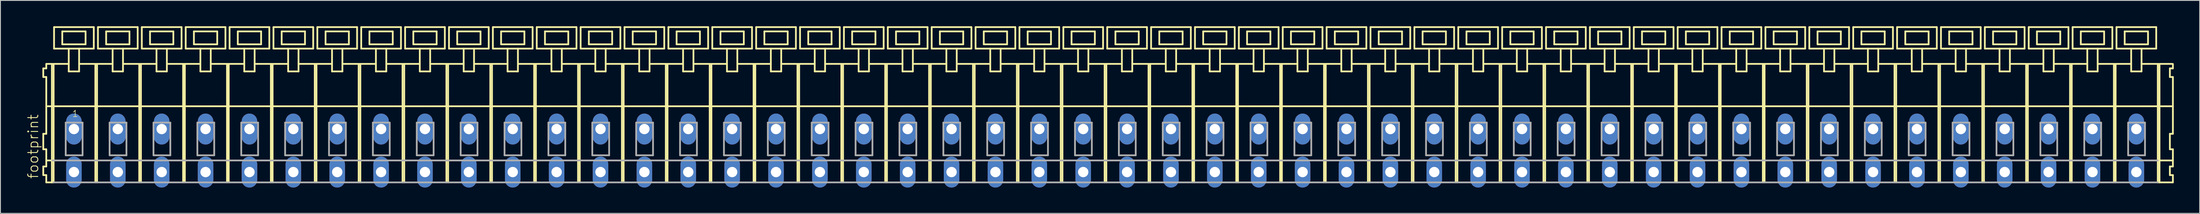
<source format=kicad_pcb>
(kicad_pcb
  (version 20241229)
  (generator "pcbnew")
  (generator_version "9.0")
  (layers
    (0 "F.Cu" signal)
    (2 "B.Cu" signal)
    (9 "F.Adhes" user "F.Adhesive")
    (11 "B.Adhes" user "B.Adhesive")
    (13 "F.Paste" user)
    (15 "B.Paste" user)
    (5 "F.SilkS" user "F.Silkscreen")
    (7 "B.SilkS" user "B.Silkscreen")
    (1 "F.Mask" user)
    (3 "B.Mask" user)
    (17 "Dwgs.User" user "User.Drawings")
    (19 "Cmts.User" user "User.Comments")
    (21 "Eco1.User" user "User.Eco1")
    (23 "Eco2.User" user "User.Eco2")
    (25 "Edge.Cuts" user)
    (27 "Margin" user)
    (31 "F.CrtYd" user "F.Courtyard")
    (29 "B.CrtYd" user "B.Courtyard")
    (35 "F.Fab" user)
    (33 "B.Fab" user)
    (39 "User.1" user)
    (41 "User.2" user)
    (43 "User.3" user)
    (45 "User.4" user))
  (footprint "footprint"
    (layer "F.Cu")
    (at 124.888 11.952)
    (property "Reference" "footprint" (at -123.415 5.855 90) (layer "F.SilkS") (effects (font (size 1.168 1.168) (thickness 0.102)) (justify left bottom)))
    (fp_line (start -122.93 -7.05) (end -122.93 -6.05) (stroke (width 0.203) (type solid)) (layer "F.SilkS"))
    (fp_line (start -122.93 -6.05) (end -122.58 -6.05) (stroke (width 0.203) (type solid)) (layer "F.SilkS"))
    (fp_line (start -122.93 0.55) (end -122.93 2.35) (stroke (width 0.203) (type solid)) (layer "F.SilkS"))
    (fp_line (start -122.93 2.35) (end -122.58 2.35) (stroke (width 0.203) (type solid)) (layer "F.SilkS"))
    (fp_line (start -122.93 4.35) (end -122.93 5.35) (stroke (width 0.203) (type solid)) (layer "F.SilkS"))
    (fp_line (start -122.93 5.35) (end -122.58 5.35) (stroke (width 0.203) (type solid)) (layer "F.SilkS"))
    (fp_line (start -122.58 -7.575) (end -122.58 -7.05) (stroke (width 0.203) (type solid)) (layer "F.SilkS"))
    (fp_line (start -122.58 -7.575) (end -120.005 -7.575) (stroke (width 0.203) (type solid)) (layer "F.SilkS"))
    (fp_line (start -122.58 -7.05) (end -122.93 -7.05) (stroke (width 0.203) (type solid)) (layer "F.SilkS"))
    (fp_line (start -122.58 -6.05) (end -122.58 0.55) (stroke (width 0.203) (type solid)) (layer "F.SilkS"))
    (fp_line (start -122.58 0.55) (end -122.93 0.55) (stroke (width 0.203) (type solid)) (layer "F.SilkS"))
    (fp_line (start -122.58 2.35) (end -122.58 4.35) (stroke (width 0.203) (type solid)) (layer "F.SilkS"))
    (fp_line (start -122.58 3.65) (end -121.88 3.65) (stroke (width 0.203) (type solid)) (layer "F.SilkS"))
    (fp_line (start -122.58 4.35) (end -122.93 4.35) (stroke (width 0.203) (type solid)) (layer "F.SilkS"))
    (fp_line (start -122.58 5.35) (end -122.58 6.2) (stroke (width 0.203) (type solid)) (layer "F.SilkS"))
    (fp_line (start -122.58 6.2) (end -121.93 6.2) (stroke (width 0.203) (type solid)) (layer "F.SilkS"))
    (fp_line (start -122.53 -2.65) (end 121.86 -2.65) (stroke (width 0.203) (type solid)) (layer "F.SilkS"))
    (fp_line (start -121.93 -7.55) (end -121.93 6.2) (stroke (width 0.203) (type solid)) (layer "F.SilkS"))
    (fp_line (start -121.93 6.2) (end -121.73 6.2) (stroke (width 0.203) (type solid)) (layer "F.SilkS"))
    (fp_line (start -121.73 -7.55) (end -121.73 6.2) (stroke (width 0.203) (type solid)) (layer "F.SilkS"))
    (fp_line (start -121.68 -11.85) (end -121.68 -9.35) (stroke (width 0.203) (type solid)) (layer "F.SilkS"))
    (fp_line (start -121.68 -9.35) (end -119.98 -9.35) (stroke (width 0.203) (type solid)) (layer "F.SilkS"))
    (fp_line (start -120.73 -11.35) (end -120.73 -9.85) (stroke (width 0.203) (type solid)) (layer "F.SilkS"))
    (fp_line (start -120.73 -9.85) (end -118.03 -9.85) (stroke (width 0.203) (type solid)) (layer "F.SilkS"))
    (fp_line (start -119.98 -9.35) (end -119.98 -6.7) (stroke (width 0.203) (type solid)) (layer "F.SilkS"))
    (fp_line (start -119.98 -9.35) (end -118.78 -9.35) (stroke (width 0.203) (type solid)) (layer "F.SilkS"))
    (fp_line (start -119.98 -6.7) (end -118.78 -6.7) (stroke (width 0.203) (type solid)) (layer "F.SilkS"))
    (fp_line (start -118.78 -9.35) (end -117.08 -9.35) (stroke (width 0.203) (type solid)) (layer "F.SilkS"))
    (fp_line (start -118.78 -6.7) (end -118.78 -9.35) (stroke (width 0.203) (type solid)) (layer "F.SilkS"))
    (fp_line (start -118.755 -7.575) (end -114.921 -7.575) (stroke (width 0.203) (type solid)) (layer "F.SilkS"))
    (fp_line (start -118.03 -11.35) (end -120.73 -11.35) (stroke (width 0.203) (type solid)) (layer "F.SilkS"))
    (fp_line (start -118.03 -9.85) (end -118.03 -11.35) (stroke (width 0.203) (type solid)) (layer "F.SilkS"))
    (fp_line (start -117.08 -11.85) (end -121.68 -11.85) (stroke (width 0.203) (type solid)) (layer "F.SilkS"))
    (fp_line (start -117.08 -9.35) (end -117.08 -11.85) (stroke (width 0.203) (type solid)) (layer "F.SilkS"))
    (fp_line (start -116.9 -7.55) (end -116.9 6.2) (stroke (width 0.203) (type solid)) (layer "F.SilkS"))
    (fp_line (start -116.7 -7.55) (end -116.7 6.2) (stroke (width 0.203) (type solid)) (layer "F.SilkS"))
    (fp_line (start -116.6 -11.85) (end -116.6 -9.35) (stroke (width 0.203) (type solid)) (layer "F.SilkS"))
    (fp_line (start -116.6 -9.35) (end -114.9 -9.35) (stroke (width 0.203) (type solid)) (layer "F.SilkS"))
    (fp_line (start -115.65 -11.35) (end -115.65 -9.85) (stroke (width 0.203) (type solid)) (layer "F.SilkS"))
    (fp_line (start -115.65 -9.85) (end -112.95 -9.85) (stroke (width 0.203) (type solid)) (layer "F.SilkS"))
    (fp_line (start -114.9 -9.35) (end -114.9 -6.7) (stroke (width 0.203) (type solid)) (layer "F.SilkS"))
    (fp_line (start -114.9 -9.35) (end -113.7 -9.35) (stroke (width 0.203) (type solid)) (layer "F.SilkS"))
    (fp_line (start -114.9 -6.7) (end -113.7 -6.7) (stroke (width 0.203) (type solid)) (layer "F.SilkS"))
    (fp_line (start -113.7 -9.35) (end -112 -9.35) (stroke (width 0.203) (type solid)) (layer "F.SilkS"))
    (fp_line (start -113.7 -6.7) (end -113.7 -9.35) (stroke (width 0.203) (type solid)) (layer "F.SilkS"))
    (fp_line (start -113.675 -7.575) (end -109.83 -7.575) (stroke (width 0.203) (type solid)) (layer "F.SilkS"))
    (fp_line (start -112.95 -11.35) (end -115.65 -11.35) (stroke (width 0.203) (type solid)) (layer "F.SilkS"))
    (fp_line (start -112.95 -9.85) (end -112.95 -11.35) (stroke (width 0.203) (type solid)) (layer "F.SilkS"))
    (fp_line (start -112 -11.85) (end -116.6 -11.85) (stroke (width 0.203) (type solid)) (layer "F.SilkS"))
    (fp_line (start -112 -9.35) (end -112 -11.85) (stroke (width 0.203) (type solid)) (layer "F.SilkS"))
    (fp_line (start -111.82 -7.55) (end -111.82 6.2) (stroke (width 0.203) (type solid)) (layer "F.SilkS"))
    (fp_line (start -111.62 -7.55) (end -111.62 6.2) (stroke (width 0.203) (type solid)) (layer "F.SilkS"))
    (fp_line (start -111.52 -11.85) (end -111.52 -9.35) (stroke (width 0.203) (type solid)) (layer "F.SilkS"))
    (fp_line (start -111.52 -9.35) (end -109.82 -9.35) (stroke (width 0.203) (type solid)) (layer "F.SilkS"))
    (fp_line (start -110.57 -11.35) (end -110.57 -9.85) (stroke (width 0.203) (type solid)) (layer "F.SilkS"))
    (fp_line (start -110.57 -9.85) (end -107.87 -9.85) (stroke (width 0.203) (type solid)) (layer "F.SilkS"))
    (fp_line (start -109.82 -9.35) (end -109.82 -6.7) (stroke (width 0.203) (type solid)) (layer "F.SilkS"))
    (fp_line (start -109.82 -9.35) (end -108.62 -9.35) (stroke (width 0.203) (type solid)) (layer "F.SilkS"))
    (fp_line (start -109.82 -6.7) (end -108.62 -6.7) (stroke (width 0.203) (type solid)) (layer "F.SilkS"))
    (fp_line (start -108.62 -9.35) (end -106.92 -9.35) (stroke (width 0.203) (type solid)) (layer "F.SilkS"))
    (fp_line (start -108.62 -6.7) (end -108.62 -9.35) (stroke (width 0.203) (type solid)) (layer "F.SilkS"))
    (fp_line (start -108.595 -7.575) (end -104.75 -7.575) (stroke (width 0.203) (type solid)) (layer "F.SilkS"))
    (fp_line (start -107.87 -11.35) (end -110.57 -11.35) (stroke (width 0.203) (type solid)) (layer "F.SilkS"))
    (fp_line (start -107.87 -9.85) (end -107.87 -11.35) (stroke (width 0.203) (type solid)) (layer "F.SilkS"))
    (fp_line (start -106.92 -11.85) (end -111.52 -11.85) (stroke (width 0.203) (type solid)) (layer "F.SilkS"))
    (fp_line (start -106.92 -9.35) (end -106.92 -11.85) (stroke (width 0.203) (type solid)) (layer "F.SilkS"))
    (fp_line (start -106.74 -7.55) (end -106.74 6.2) (stroke (width 0.203) (type solid)) (layer "F.SilkS"))
    (fp_line (start -106.54 -7.55) (end -106.54 6.2) (stroke (width 0.203) (type solid)) (layer "F.SilkS"))
    (fp_line (start -106.44 -11.85) (end -106.44 -9.35) (stroke (width 0.203) (type solid)) (layer "F.SilkS"))
    (fp_line (start -106.44 -9.35) (end -104.74 -9.35) (stroke (width 0.203) (type solid)) (layer "F.SilkS"))
    (fp_line (start -105.49 -11.35) (end -105.49 -9.85) (stroke (width 0.203) (type solid)) (layer "F.SilkS"))
    (fp_line (start -105.49 -9.85) (end -102.79 -9.85) (stroke (width 0.203) (type solid)) (layer "F.SilkS"))
    (fp_line (start -104.74 -9.35) (end -104.74 -6.7) (stroke (width 0.203) (type solid)) (layer "F.SilkS"))
    (fp_line (start -104.74 -9.35) (end -103.54 -9.35) (stroke (width 0.203) (type solid)) (layer "F.SilkS"))
    (fp_line (start -104.74 -6.7) (end -103.54 -6.7) (stroke (width 0.203) (type solid)) (layer "F.SilkS"))
    (fp_line (start -103.54 -9.35) (end -101.84 -9.35) (stroke (width 0.203) (type solid)) (layer "F.SilkS"))
    (fp_line (start -103.54 -6.7) (end -103.54 -9.35) (stroke (width 0.203) (type solid)) (layer "F.SilkS"))
    (fp_line (start -103.515 -7.575) (end -99.67 -7.575) (stroke (width 0.203) (type solid)) (layer "F.SilkS"))
    (fp_line (start -102.79 -11.35) (end -105.49 -11.35) (stroke (width 0.203) (type solid)) (layer "F.SilkS"))
    (fp_line (start -102.79 -9.85) (end -102.79 -11.35) (stroke (width 0.203) (type solid)) (layer "F.SilkS"))
    (fp_line (start -101.84 -11.85) (end -106.44 -11.85) (stroke (width 0.203) (type solid)) (layer "F.SilkS"))
    (fp_line (start -101.84 -9.35) (end -101.84 -11.85) (stroke (width 0.203) (type solid)) (layer "F.SilkS"))
    (fp_line (start -101.66 -7.55) (end -101.66 6.2) (stroke (width 0.203) (type solid)) (layer "F.SilkS"))
    (fp_line (start -101.46 -7.55) (end -101.46 6.2) (stroke (width 0.203) (type solid)) (layer "F.SilkS"))
    (fp_line (start -101.36 -11.85) (end -101.36 -9.35) (stroke (width 0.203) (type solid)) (layer "F.SilkS"))
    (fp_line (start -101.36 -9.35) (end -99.66 -9.35) (stroke (width 0.203) (type solid)) (layer "F.SilkS"))
    (fp_line (start -100.41 -11.35) (end -100.41 -9.85) (stroke (width 0.203) (type solid)) (layer "F.SilkS"))
    (fp_line (start -100.41 -9.85) (end -97.71 -9.85) (stroke (width 0.203) (type solid)) (layer "F.SilkS"))
    (fp_line (start -99.66 -9.35) (end -99.66 -6.7) (stroke (width 0.203) (type solid)) (layer "F.SilkS"))
    (fp_line (start -99.66 -9.35) (end -98.46 -9.35) (stroke (width 0.203) (type solid)) (layer "F.SilkS"))
    (fp_line (start -99.66 -6.7) (end -98.46 -6.7) (stroke (width 0.203) (type solid)) (layer "F.SilkS"))
    (fp_line (start -98.46 -9.35) (end -96.76 -9.35) (stroke (width 0.203) (type solid)) (layer "F.SilkS"))
    (fp_line (start -98.46 -6.7) (end -98.46 -9.35) (stroke (width 0.203) (type solid)) (layer "F.SilkS"))
    (fp_line (start -98.435 -7.575) (end -94.59 -7.575) (stroke (width 0.203) (type solid)) (layer "F.SilkS"))
    (fp_line (start -97.71 -11.35) (end -100.41 -11.35) (stroke (width 0.203) (type solid)) (layer "F.SilkS"))
    (fp_line (start -97.71 -9.85) (end -97.71 -11.35) (stroke (width 0.203) (type solid)) (layer "F.SilkS"))
    (fp_line (start -96.76 -11.85) (end -101.36 -11.85) (stroke (width 0.203) (type solid)) (layer "F.SilkS"))
    (fp_line (start -96.76 -9.35) (end -96.76 -11.85) (stroke (width 0.203) (type solid)) (layer "F.SilkS"))
    (fp_line (start -96.58 -7.55) (end -96.58 6.2) (stroke (width 0.203) (type solid)) (layer "F.SilkS"))
    (fp_line (start -96.38 -7.55) (end -96.38 6.2) (stroke (width 0.203) (type solid)) (layer "F.SilkS"))
    (fp_line (start -96.28 -11.85) (end -96.28 -9.35) (stroke (width 0.203) (type solid)) (layer "F.SilkS"))
    (fp_line (start -96.28 -9.35) (end -94.58 -9.35) (stroke (width 0.203) (type solid)) (layer "F.SilkS"))
    (fp_line (start -95.33 -11.35) (end -95.33 -9.85) (stroke (width 0.203) (type solid)) (layer "F.SilkS"))
    (fp_line (start -95.33 -9.85) (end -92.63 -9.85) (stroke (width 0.203) (type solid)) (layer "F.SilkS"))
    (fp_line (start -94.58 -9.35) (end -94.58 -6.7) (stroke (width 0.203) (type solid)) (layer "F.SilkS"))
    (fp_line (start -94.58 -9.35) (end -93.38 -9.35) (stroke (width 0.203) (type solid)) (layer "F.SilkS"))
    (fp_line (start -94.58 -6.7) (end -93.38 -6.7) (stroke (width 0.203) (type solid)) (layer "F.SilkS"))
    (fp_line (start -93.38 -9.35) (end -91.68 -9.35) (stroke (width 0.203) (type solid)) (layer "F.SilkS"))
    (fp_line (start -93.38 -6.7) (end -93.38 -9.35) (stroke (width 0.203) (type solid)) (layer "F.SilkS"))
    (fp_line (start -93.355 -7.575) (end -89.51 -7.575) (stroke (width 0.203) (type solid)) (layer "F.SilkS"))
    (fp_line (start -92.63 -11.35) (end -95.33 -11.35) (stroke (width 0.203) (type solid)) (layer "F.SilkS"))
    (fp_line (start -92.63 -9.85) (end -92.63 -11.35) (stroke (width 0.203) (type solid)) (layer "F.SilkS"))
    (fp_line (start -91.68 -11.85) (end -96.28 -11.85) (stroke (width 0.203) (type solid)) (layer "F.SilkS"))
    (fp_line (start -91.68 -9.35) (end -91.68 -11.85) (stroke (width 0.203) (type solid)) (layer "F.SilkS"))
    (fp_line (start -91.5 -7.55) (end -91.5 6.2) (stroke (width 0.203) (type solid)) (layer "F.SilkS"))
    (fp_line (start -91.3 -7.55) (end -91.3 6.2) (stroke (width 0.203) (type solid)) (layer "F.SilkS"))
    (fp_line (start -91.2 -11.85) (end -91.2 -9.35) (stroke (width 0.203) (type solid)) (layer "F.SilkS"))
    (fp_line (start -91.2 -9.35) (end -89.5 -9.35) (stroke (width 0.203) (type solid)) (layer "F.SilkS"))
    (fp_line (start -90.25 -11.35) (end -90.25 -9.85) (stroke (width 0.203) (type solid)) (layer "F.SilkS"))
    (fp_line (start -90.25 -9.85) (end -87.55 -9.85) (stroke (width 0.203) (type solid)) (layer "F.SilkS"))
    (fp_line (start -89.5 -9.35) (end -89.5 -6.7) (stroke (width 0.203) (type solid)) (layer "F.SilkS"))
    (fp_line (start -89.5 -9.35) (end -88.3 -9.35) (stroke (width 0.203) (type solid)) (layer "F.SilkS"))
    (fp_line (start -89.5 -6.7) (end -88.3 -6.7) (stroke (width 0.203) (type solid)) (layer "F.SilkS"))
    (fp_line (start -88.3 -9.35) (end -86.6 -9.35) (stroke (width 0.203) (type solid)) (layer "F.SilkS"))
    (fp_line (start -88.3 -6.7) (end -88.3 -9.35) (stroke (width 0.203) (type solid)) (layer "F.SilkS"))
    (fp_line (start -88.275 -7.575) (end -84.43 -7.575) (stroke (width 0.203) (type solid)) (layer "F.SilkS"))
    (fp_line (start -87.55 -11.35) (end -90.25 -11.35) (stroke (width 0.203) (type solid)) (layer "F.SilkS"))
    (fp_line (start -87.55 -9.85) (end -87.55 -11.35) (stroke (width 0.203) (type solid)) (layer "F.SilkS"))
    (fp_line (start -86.6 -11.85) (end -91.2 -11.85) (stroke (width 0.203) (type solid)) (layer "F.SilkS"))
    (fp_line (start -86.6 -9.35) (end -86.6 -11.85) (stroke (width 0.203) (type solid)) (layer "F.SilkS"))
    (fp_line (start -86.42 -7.55) (end -86.42 6.2) (stroke (width 0.203) (type solid)) (layer "F.SilkS"))
    (fp_line (start -86.22 -7.55) (end -86.22 6.2) (stroke (width 0.203) (type solid)) (layer "F.SilkS"))
    (fp_line (start -86.12 -11.85) (end -86.12 -9.35) (stroke (width 0.203) (type solid)) (layer "F.SilkS"))
    (fp_line (start -86.12 -9.35) (end -84.42 -9.35) (stroke (width 0.203) (type solid)) (layer "F.SilkS"))
    (fp_line (start -85.17 -11.35) (end -85.17 -9.85) (stroke (width 0.203) (type solid)) (layer "F.SilkS"))
    (fp_line (start -85.17 -9.85) (end -82.47 -9.85) (stroke (width 0.203) (type solid)) (layer "F.SilkS"))
    (fp_line (start -84.42 -9.35) (end -84.42 -6.7) (stroke (width 0.203) (type solid)) (layer "F.SilkS"))
    (fp_line (start -84.42 -9.35) (end -83.22 -9.35) (stroke (width 0.203) (type solid)) (layer "F.SilkS"))
    (fp_line (start -84.42 -6.7) (end -83.22 -6.7) (stroke (width 0.203) (type solid)) (layer "F.SilkS"))
    (fp_line (start -83.22 -9.35) (end -81.52 -9.35) (stroke (width 0.203) (type solid)) (layer "F.SilkS"))
    (fp_line (start -83.22 -6.7) (end -83.22 -9.35) (stroke (width 0.203) (type solid)) (layer "F.SilkS"))
    (fp_line (start -83.195 -7.575) (end -79.35 -7.575) (stroke (width 0.203) (type solid)) (layer "F.SilkS"))
    (fp_line (start -82.47 -11.35) (end -85.17 -11.35) (stroke (width 0.203) (type solid)) (layer "F.SilkS"))
    (fp_line (start -82.47 -9.85) (end -82.47 -11.35) (stroke (width 0.203) (type solid)) (layer "F.SilkS"))
    (fp_line (start -81.52 -11.85) (end -86.12 -11.85) (stroke (width 0.203) (type solid)) (layer "F.SilkS"))
    (fp_line (start -81.52 -9.35) (end -81.52 -11.85) (stroke (width 0.203) (type solid)) (layer "F.SilkS"))
    (fp_line (start -81.34 -7.55) (end -81.34 6.2) (stroke (width 0.203) (type solid)) (layer "F.SilkS"))
    (fp_line (start -81.14 -7.55) (end -81.14 6.2) (stroke (width 0.203) (type solid)) (layer "F.SilkS"))
    (fp_line (start -81.04 -11.85) (end -81.04 -9.35) (stroke (width 0.203) (type solid)) (layer "F.SilkS"))
    (fp_line (start -81.04 -9.35) (end -79.34 -9.35) (stroke (width 0.203) (type solid)) (layer "F.SilkS"))
    (fp_line (start -80.09 -11.35) (end -80.09 -9.85) (stroke (width 0.203) (type solid)) (layer "F.SilkS"))
    (fp_line (start -80.09 -9.85) (end -77.39 -9.85) (stroke (width 0.203) (type solid)) (layer "F.SilkS"))
    (fp_line (start -79.34 -9.35) (end -79.34 -6.7) (stroke (width 0.203) (type solid)) (layer "F.SilkS"))
    (fp_line (start -79.34 -9.35) (end -78.14 -9.35) (stroke (width 0.203) (type solid)) (layer "F.SilkS"))
    (fp_line (start -79.34 -6.7) (end -78.14 -6.7) (stroke (width 0.203) (type solid)) (layer "F.SilkS"))
    (fp_line (start -78.14 -9.35) (end -76.44 -9.35) (stroke (width 0.203) (type solid)) (layer "F.SilkS"))
    (fp_line (start -78.14 -6.7) (end -78.14 -9.35) (stroke (width 0.203) (type solid)) (layer "F.SilkS"))
    (fp_line (start -78.115 -7.575) (end -74.27 -7.575) (stroke (width 0.203) (type solid)) (layer "F.SilkS"))
    (fp_line (start -77.39 -11.35) (end -80.09 -11.35) (stroke (width 0.203) (type solid)) (layer "F.SilkS"))
    (fp_line (start -77.39 -9.85) (end -77.39 -11.35) (stroke (width 0.203) (type solid)) (layer "F.SilkS"))
    (fp_line (start -76.44 -11.85) (end -81.04 -11.85) (stroke (width 0.203) (type solid)) (layer "F.SilkS"))
    (fp_line (start -76.44 -9.35) (end -76.44 -11.85) (stroke (width 0.203) (type solid)) (layer "F.SilkS"))
    (fp_line (start -76.26 -7.55) (end -76.26 6.2) (stroke (width 0.203) (type solid)) (layer "F.SilkS"))
    (fp_line (start -76.06 -7.55) (end -76.06 6.2) (stroke (width 0.203) (type solid)) (layer "F.SilkS"))
    (fp_line (start -75.96 -11.85) (end -75.96 -9.35) (stroke (width 0.203) (type solid)) (layer "F.SilkS"))
    (fp_line (start -75.96 -9.35) (end -74.26 -9.35) (stroke (width 0.203) (type solid)) (layer "F.SilkS"))
    (fp_line (start -75.01 -11.35) (end -75.01 -9.85) (stroke (width 0.203) (type solid)) (layer "F.SilkS"))
    (fp_line (start -75.01 -9.85) (end -72.31 -9.85) (stroke (width 0.203) (type solid)) (layer "F.SilkS"))
    (fp_line (start -74.26 -9.35) (end -74.26 -6.7) (stroke (width 0.203) (type solid)) (layer "F.SilkS"))
    (fp_line (start -74.26 -9.35) (end -73.06 -9.35) (stroke (width 0.203) (type solid)) (layer "F.SilkS"))
    (fp_line (start -74.26 -6.7) (end -73.06 -6.7) (stroke (width 0.203) (type solid)) (layer "F.SilkS"))
    (fp_line (start -73.06 -9.35) (end -71.36 -9.35) (stroke (width 0.203) (type solid)) (layer "F.SilkS"))
    (fp_line (start -73.06 -6.7) (end -73.06 -9.35) (stroke (width 0.203) (type solid)) (layer "F.SilkS"))
    (fp_line (start -73.035 -7.575) (end -69.19 -7.575) (stroke (width 0.203) (type solid)) (layer "F.SilkS"))
    (fp_line (start -72.31 -11.35) (end -75.01 -11.35) (stroke (width 0.203) (type solid)) (layer "F.SilkS"))
    (fp_line (start -72.31 -9.85) (end -72.31 -11.35) (stroke (width 0.203) (type solid)) (layer "F.SilkS"))
    (fp_line (start -71.36 -11.85) (end -75.96 -11.85) (stroke (width 0.203) (type solid)) (layer "F.SilkS"))
    (fp_line (start -71.36 -9.35) (end -71.36 -11.85) (stroke (width 0.203) (type solid)) (layer "F.SilkS"))
    (fp_line (start -71.18 -7.55) (end -71.18 6.2) (stroke (width 0.203) (type solid)) (layer "F.SilkS"))
    (fp_line (start -70.98 -7.55) (end -70.98 6.2) (stroke (width 0.203) (type solid)) (layer "F.SilkS"))
    (fp_line (start -70.88 -11.85) (end -70.88 -9.35) (stroke (width 0.203) (type solid)) (layer "F.SilkS"))
    (fp_line (start -70.88 -9.35) (end -69.18 -9.35) (stroke (width 0.203) (type solid)) (layer "F.SilkS"))
    (fp_line (start -69.93 -11.35) (end -69.93 -9.85) (stroke (width 0.203) (type solid)) (layer "F.SilkS"))
    (fp_line (start -69.93 -9.85) (end -67.23 -9.85) (stroke (width 0.203) (type solid)) (layer "F.SilkS"))
    (fp_line (start -69.18 -9.35) (end -69.18 -6.7) (stroke (width 0.203) (type solid)) (layer "F.SilkS"))
    (fp_line (start -69.18 -9.35) (end -67.98 -9.35) (stroke (width 0.203) (type solid)) (layer "F.SilkS"))
    (fp_line (start -69.18 -6.7) (end -67.98 -6.7) (stroke (width 0.203) (type solid)) (layer "F.SilkS"))
    (fp_line (start -67.98 -9.35) (end -66.28 -9.35) (stroke (width 0.203) (type solid)) (layer "F.SilkS"))
    (fp_line (start -67.98 -6.7) (end -67.98 -9.35) (stroke (width 0.203) (type solid)) (layer "F.SilkS"))
    (fp_line (start -67.955 -7.575) (end -64.11 -7.575) (stroke (width 0.203) (type solid)) (layer "F.SilkS"))
    (fp_line (start -67.23 -11.35) (end -69.93 -11.35) (stroke (width 0.203) (type solid)) (layer "F.SilkS"))
    (fp_line (start -67.23 -9.85) (end -67.23 -11.35) (stroke (width 0.203) (type solid)) (layer "F.SilkS"))
    (fp_line (start -66.28 -11.85) (end -70.88 -11.85) (stroke (width 0.203) (type solid)) (layer "F.SilkS"))
    (fp_line (start -66.28 -9.35) (end -66.28 -11.85) (stroke (width 0.203) (type solid)) (layer "F.SilkS"))
    (fp_line (start -66.1 -7.55) (end -66.1 6.2) (stroke (width 0.203) (type solid)) (layer "F.SilkS"))
    (fp_line (start -65.9 -7.55) (end -65.9 6.2) (stroke (width 0.203) (type solid)) (layer "F.SilkS"))
    (fp_line (start -65.8 -11.85) (end -65.8 -9.35) (stroke (width 0.203) (type solid)) (layer "F.SilkS"))
    (fp_line (start -65.8 -9.35) (end -64.1 -9.35) (stroke (width 0.203) (type solid)) (layer "F.SilkS"))
    (fp_line (start -64.85 -11.35) (end -64.85 -9.85) (stroke (width 0.203) (type solid)) (layer "F.SilkS"))
    (fp_line (start -64.85 -9.85) (end -62.15 -9.85) (stroke (width 0.203) (type solid)) (layer "F.SilkS"))
    (fp_line (start -64.1 -9.35) (end -64.1 -6.7) (stroke (width 0.203) (type solid)) (layer "F.SilkS"))
    (fp_line (start -64.1 -9.35) (end -62.9 -9.35) (stroke (width 0.203) (type solid)) (layer "F.SilkS"))
    (fp_line (start -64.1 -6.7) (end -62.9 -6.7) (stroke (width 0.203) (type solid)) (layer "F.SilkS"))
    (fp_line (start -62.9 -9.35) (end -61.2 -9.35) (stroke (width 0.203) (type solid)) (layer "F.SilkS"))
    (fp_line (start -62.9 -6.7) (end -62.9 -9.35) (stroke (width 0.203) (type solid)) (layer "F.SilkS"))
    (fp_line (start -62.875 -7.575) (end -59.03 -7.575) (stroke (width 0.203) (type solid)) (layer "F.SilkS"))
    (fp_line (start -62.15 -11.35) (end -64.85 -11.35) (stroke (width 0.203) (type solid)) (layer "F.SilkS"))
    (fp_line (start -62.15 -9.85) (end -62.15 -11.35) (stroke (width 0.203) (type solid)) (layer "F.SilkS"))
    (fp_line (start -61.2 -11.85) (end -65.8 -11.85) (stroke (width 0.203) (type solid)) (layer "F.SilkS"))
    (fp_line (start -61.2 -9.35) (end -61.2 -11.85) (stroke (width 0.203) (type solid)) (layer "F.SilkS"))
    (fp_line (start -61.02 -7.55) (end -61.02 6.2) (stroke (width 0.203) (type solid)) (layer "F.SilkS"))
    (fp_line (start -60.82 -7.55) (end -60.82 6.2) (stroke (width 0.203) (type solid)) (layer "F.SilkS"))
    (fp_line (start -60.72 -11.85) (end -60.72 -9.35) (stroke (width 0.203) (type solid)) (layer "F.SilkS"))
    (fp_line (start -60.72 -9.35) (end -59.02 -9.35) (stroke (width 0.203) (type solid)) (layer "F.SilkS"))
    (fp_line (start -59.77 -11.35) (end -59.77 -9.85) (stroke (width 0.203) (type solid)) (layer "F.SilkS"))
    (fp_line (start -59.77 -9.85) (end -57.07 -9.85) (stroke (width 0.203) (type solid)) (layer "F.SilkS"))
    (fp_line (start -59.02 -9.35) (end -59.02 -6.7) (stroke (width 0.203) (type solid)) (layer "F.SilkS"))
    (fp_line (start -59.02 -9.35) (end -57.82 -9.35) (stroke (width 0.203) (type solid)) (layer "F.SilkS"))
    (fp_line (start -59.02 -6.7) (end -57.82 -6.7) (stroke (width 0.203) (type solid)) (layer "F.SilkS"))
    (fp_line (start -57.82 -9.35) (end -56.12 -9.35) (stroke (width 0.203) (type solid)) (layer "F.SilkS"))
    (fp_line (start -57.82 -6.7) (end -57.82 -9.35) (stroke (width 0.203) (type solid)) (layer "F.SilkS"))
    (fp_line (start -57.795 -7.575) (end -53.95 -7.575) (stroke (width 0.203) (type solid)) (layer "F.SilkS"))
    (fp_line (start -57.07 -11.35) (end -59.77 -11.35) (stroke (width 0.203) (type solid)) (layer "F.SilkS"))
    (fp_line (start -57.07 -9.85) (end -57.07 -11.35) (stroke (width 0.203) (type solid)) (layer "F.SilkS"))
    (fp_line (start -56.12 -11.85) (end -60.72 -11.85) (stroke (width 0.203) (type solid)) (layer "F.SilkS"))
    (fp_line (start -56.12 -9.35) (end -56.12 -11.85) (stroke (width 0.203) (type solid)) (layer "F.SilkS"))
    (fp_line (start -55.94 -7.55) (end -55.94 6.2) (stroke (width 0.203) (type solid)) (layer "F.SilkS"))
    (fp_line (start -55.74 -7.55) (end -55.74 6.2) (stroke (width 0.203) (type solid)) (layer "F.SilkS"))
    (fp_line (start -55.64 -11.85) (end -55.64 -9.35) (stroke (width 0.203) (type solid)) (layer "F.SilkS"))
    (fp_line (start -55.64 -9.35) (end -53.94 -9.35) (stroke (width 0.203) (type solid)) (layer "F.SilkS"))
    (fp_line (start -54.69 -11.35) (end -54.69 -9.85) (stroke (width 0.203) (type solid)) (layer "F.SilkS"))
    (fp_line (start -54.69 -9.85) (end -51.99 -9.85) (stroke (width 0.203) (type solid)) (layer "F.SilkS"))
    (fp_line (start -53.94 -9.35) (end -53.94 -6.7) (stroke (width 0.203) (type solid)) (layer "F.SilkS"))
    (fp_line (start -53.94 -9.35) (end -52.74 -9.35) (stroke (width 0.203) (type solid)) (layer "F.SilkS"))
    (fp_line (start -53.94 -6.7) (end -52.74 -6.7) (stroke (width 0.203) (type solid)) (layer "F.SilkS"))
    (fp_line (start -52.74 -9.35) (end -51.04 -9.35) (stroke (width 0.203) (type solid)) (layer "F.SilkS"))
    (fp_line (start -52.74 -6.7) (end -52.74 -9.35) (stroke (width 0.203) (type solid)) (layer "F.SilkS"))
    (fp_line (start -52.715 -7.575) (end -48.87 -7.575) (stroke (width 0.203) (type solid)) (layer "F.SilkS"))
    (fp_line (start -51.99 -11.35) (end -54.69 -11.35) (stroke (width 0.203) (type solid)) (layer "F.SilkS"))
    (fp_line (start -51.99 -9.85) (end -51.99 -11.35) (stroke (width 0.203) (type solid)) (layer "F.SilkS"))
    (fp_line (start -51.04 -11.85) (end -55.64 -11.85) (stroke (width 0.203) (type solid)) (layer "F.SilkS"))
    (fp_line (start -51.04 -9.35) (end -51.04 -11.85) (stroke (width 0.203) (type solid)) (layer "F.SilkS"))
    (fp_line (start -50.86 -7.55) (end -50.86 6.2) (stroke (width 0.203) (type solid)) (layer "F.SilkS"))
    (fp_line (start -50.66 -7.55) (end -50.66 6.2) (stroke (width 0.203) (type solid)) (layer "F.SilkS"))
    (fp_line (start -50.56 -11.85) (end -50.56 -9.35) (stroke (width 0.203) (type solid)) (layer "F.SilkS"))
    (fp_line (start -50.56 -9.35) (end -48.86 -9.35) (stroke (width 0.203) (type solid)) (layer "F.SilkS"))
    (fp_line (start -49.61 -11.35) (end -49.61 -9.85) (stroke (width 0.203) (type solid)) (layer "F.SilkS"))
    (fp_line (start -49.61 -9.85) (end -46.91 -9.85) (stroke (width 0.203) (type solid)) (layer "F.SilkS"))
    (fp_line (start -48.86 -9.35) (end -48.86 -6.7) (stroke (width 0.203) (type solid)) (layer "F.SilkS"))
    (fp_line (start -48.86 -9.35) (end -47.66 -9.35) (stroke (width 0.203) (type solid)) (layer "F.SilkS"))
    (fp_line (start -48.86 -6.7) (end -47.66 -6.7) (stroke (width 0.203) (type solid)) (layer "F.SilkS"))
    (fp_line (start -47.66 -9.35) (end -45.96 -9.35) (stroke (width 0.203) (type solid)) (layer "F.SilkS"))
    (fp_line (start -47.66 -6.7) (end -47.66 -9.35) (stroke (width 0.203) (type solid)) (layer "F.SilkS"))
    (fp_line (start -47.635 -7.575) (end -43.79 -7.575) (stroke (width 0.203) (type solid)) (layer "F.SilkS"))
    (fp_line (start -46.91 -11.35) (end -49.61 -11.35) (stroke (width 0.203) (type solid)) (layer "F.SilkS"))
    (fp_line (start -46.91 -9.85) (end -46.91 -11.35) (stroke (width 0.203) (type solid)) (layer "F.SilkS"))
    (fp_line (start -45.96 -11.85) (end -50.56 -11.85) (stroke (width 0.203) (type solid)) (layer "F.SilkS"))
    (fp_line (start -45.96 -9.35) (end -45.96 -11.85) (stroke (width 0.203) (type solid)) (layer "F.SilkS"))
    (fp_line (start -45.78 -7.55) (end -45.78 6.2) (stroke (width 0.203) (type solid)) (layer "F.SilkS"))
    (fp_line (start -45.58 -7.55) (end -45.58 6.2) (stroke (width 0.203) (type solid)) (layer "F.SilkS"))
    (fp_line (start -45.48 -11.85) (end -45.48 -9.35) (stroke (width 0.203) (type solid)) (layer "F.SilkS"))
    (fp_line (start -45.48 -9.35) (end -43.78 -9.35) (stroke (width 0.203) (type solid)) (layer "F.SilkS"))
    (fp_line (start -44.53 -11.35) (end -44.53 -9.85) (stroke (width 0.203) (type solid)) (layer "F.SilkS"))
    (fp_line (start -44.53 -9.85) (end -41.83 -9.85) (stroke (width 0.203) (type solid)) (layer "F.SilkS"))
    (fp_line (start -43.78 -9.35) (end -43.78 -6.7) (stroke (width 0.203) (type solid)) (layer "F.SilkS"))
    (fp_line (start -43.78 -9.35) (end -42.58 -9.35) (stroke (width 0.203) (type solid)) (layer "F.SilkS"))
    (fp_line (start -43.78 -6.7) (end -42.58 -6.7) (stroke (width 0.203) (type solid)) (layer "F.SilkS"))
    (fp_line (start -42.58 -9.35) (end -40.88 -9.35) (stroke (width 0.203) (type solid)) (layer "F.SilkS"))
    (fp_line (start -42.58 -6.7) (end -42.58 -9.35) (stroke (width 0.203) (type solid)) (layer "F.SilkS"))
    (fp_line (start -42.555 -7.575) (end -38.721 -7.575) (stroke (width 0.203) (type solid)) (layer "F.SilkS"))
    (fp_line (start -41.83 -11.35) (end -44.53 -11.35) (stroke (width 0.203) (type solid)) (layer "F.SilkS"))
    (fp_line (start -41.83 -9.85) (end -41.83 -11.35) (stroke (width 0.203) (type solid)) (layer "F.SilkS"))
    (fp_line (start -40.88 -11.85) (end -45.48 -11.85) (stroke (width 0.203) (type solid)) (layer "F.SilkS"))
    (fp_line (start -40.88 -9.35) (end -40.88 -11.85) (stroke (width 0.203) (type solid)) (layer "F.SilkS"))
    (fp_line (start -40.7 -7.55) (end -40.7 6.2) (stroke (width 0.203) (type solid)) (layer "F.SilkS"))
    (fp_line (start -40.5 -7.55) (end -40.5 6.2) (stroke (width 0.203) (type solid)) (layer "F.SilkS"))
    (fp_line (start -40.4 -11.85) (end -40.4 -9.35) (stroke (width 0.203) (type solid)) (layer "F.SilkS"))
    (fp_line (start -40.4 -9.35) (end -38.7 -9.35) (stroke (width 0.203) (type solid)) (layer "F.SilkS"))
    (fp_line (start -39.45 -11.35) (end -39.45 -9.85) (stroke (width 0.203) (type solid)) (layer "F.SilkS"))
    (fp_line (start -39.45 -9.85) (end -36.75 -9.85) (stroke (width 0.203) (type solid)) (layer "F.SilkS"))
    (fp_line (start -38.7 -9.35) (end -38.7 -6.7) (stroke (width 0.203) (type solid)) (layer "F.SilkS"))
    (fp_line (start -38.7 -9.35) (end -37.5 -9.35) (stroke (width 0.203) (type solid)) (layer "F.SilkS"))
    (fp_line (start -38.7 -6.7) (end -37.5 -6.7) (stroke (width 0.203) (type solid)) (layer "F.SilkS"))
    (fp_line (start -37.5 -9.35) (end -35.8 -9.35) (stroke (width 0.203) (type solid)) (layer "F.SilkS"))
    (fp_line (start -37.5 -6.7) (end -37.5 -9.35) (stroke (width 0.203) (type solid)) (layer "F.SilkS"))
    (fp_line (start -37.475 -7.575) (end -33.63 -7.575) (stroke (width 0.203) (type solid)) (layer "F.SilkS"))
    (fp_line (start -36.75 -11.35) (end -39.45 -11.35) (stroke (width 0.203) (type solid)) (layer "F.SilkS"))
    (fp_line (start -36.75 -9.85) (end -36.75 -11.35) (stroke (width 0.203) (type solid)) (layer "F.SilkS"))
    (fp_line (start -35.8 -11.85) (end -40.4 -11.85) (stroke (width 0.203) (type solid)) (layer "F.SilkS"))
    (fp_line (start -35.8 -9.35) (end -35.8 -11.85) (stroke (width 0.203) (type solid)) (layer "F.SilkS"))
    (fp_line (start -35.62 -7.55) (end -35.62 6.2) (stroke (width 0.203) (type solid)) (layer "F.SilkS"))
    (fp_line (start -35.42 -7.55) (end -35.42 6.2) (stroke (width 0.203) (type solid)) (layer "F.SilkS"))
    (fp_line (start -35.32 -11.85) (end -35.32 -9.35) (stroke (width 0.203) (type solid)) (layer "F.SilkS"))
    (fp_line (start -35.32 -9.35) (end -33.62 -9.35) (stroke (width 0.203) (type solid)) (layer "F.SilkS"))
    (fp_line (start -34.37 -11.35) (end -34.37 -9.85) (stroke (width 0.203) (type solid)) (layer "F.SilkS"))
    (fp_line (start -34.37 -9.85) (end -31.67 -9.85) (stroke (width 0.203) (type solid)) (layer "F.SilkS"))
    (fp_line (start -33.62 -9.35) (end -33.62 -6.7) (stroke (width 0.203) (type solid)) (layer "F.SilkS"))
    (fp_line (start -33.62 -9.35) (end -32.42 -9.35) (stroke (width 0.203) (type solid)) (layer "F.SilkS"))
    (fp_line (start -33.62 -6.7) (end -32.42 -6.7) (stroke (width 0.203) (type solid)) (layer "F.SilkS"))
    (fp_line (start -32.42 -9.35) (end -30.72 -9.35) (stroke (width 0.203) (type solid)) (layer "F.SilkS"))
    (fp_line (start -32.42 -6.7) (end -32.42 -9.35) (stroke (width 0.203) (type solid)) (layer "F.SilkS"))
    (fp_line (start -32.395 -7.575) (end -28.55 -7.575) (stroke (width 0.203) (type solid)) (layer "F.SilkS"))
    (fp_line (start -31.67 -11.35) (end -34.37 -11.35) (stroke (width 0.203) (type solid)) (layer "F.SilkS"))
    (fp_line (start -31.67 -9.85) (end -31.67 -11.35) (stroke (width 0.203) (type solid)) (layer "F.SilkS"))
    (fp_line (start -30.72 -11.85) (end -35.32 -11.85) (stroke (width 0.203) (type solid)) (layer "F.SilkS"))
    (fp_line (start -30.72 -9.35) (end -30.72 -11.85) (stroke (width 0.203) (type solid)) (layer "F.SilkS"))
    (fp_line (start -30.54 -7.55) (end -30.54 6.2) (stroke (width 0.203) (type solid)) (layer "F.SilkS"))
    (fp_line (start -30.34 -7.55) (end -30.34 6.2) (stroke (width 0.203) (type solid)) (layer "F.SilkS"))
    (fp_line (start -30.24 -11.85) (end -30.24 -9.35) (stroke (width 0.203) (type solid)) (layer "F.SilkS"))
    (fp_line (start -30.24 -9.35) (end -28.54 -9.35) (stroke (width 0.203) (type solid)) (layer "F.SilkS"))
    (fp_line (start -29.29 -11.35) (end -29.29 -9.85) (stroke (width 0.203) (type solid)) (layer "F.SilkS"))
    (fp_line (start -29.29 -9.85) (end -26.59 -9.85) (stroke (width 0.203) (type solid)) (layer "F.SilkS"))
    (fp_line (start -28.54 -9.35) (end -28.54 -6.7) (stroke (width 0.203) (type solid)) (layer "F.SilkS"))
    (fp_line (start -28.54 -9.35) (end -27.34 -9.35) (stroke (width 0.203) (type solid)) (layer "F.SilkS"))
    (fp_line (start -28.54 -6.7) (end -27.34 -6.7) (stroke (width 0.203) (type solid)) (layer "F.SilkS"))
    (fp_line (start -27.34 -9.35) (end -25.64 -9.35) (stroke (width 0.203) (type solid)) (layer "F.SilkS"))
    (fp_line (start -27.34 -6.7) (end -27.34 -9.35) (stroke (width 0.203) (type solid)) (layer "F.SilkS"))
    (fp_line (start -27.315 -7.575) (end -23.47 -7.575) (stroke (width 0.203) (type solid)) (layer "F.SilkS"))
    (fp_line (start -26.59 -11.35) (end -29.29 -11.35) (stroke (width 0.203) (type solid)) (layer "F.SilkS"))
    (fp_line (start -26.59 -9.85) (end -26.59 -11.35) (stroke (width 0.203) (type solid)) (layer "F.SilkS"))
    (fp_line (start -25.64 -11.85) (end -30.24 -11.85) (stroke (width 0.203) (type solid)) (layer "F.SilkS"))
    (fp_line (start -25.64 -9.35) (end -25.64 -11.85) (stroke (width 0.203) (type solid)) (layer "F.SilkS"))
    (fp_line (start -25.46 -7.55) (end -25.46 6.2) (stroke (width 0.203) (type solid)) (layer "F.SilkS"))
    (fp_line (start -25.26 -7.55) (end -25.26 6.2) (stroke (width 0.203) (type solid)) (layer "F.SilkS"))
    (fp_line (start -25.16 -11.85) (end -25.16 -9.35) (stroke (width 0.203) (type solid)) (layer "F.SilkS"))
    (fp_line (start -25.16 -9.35) (end -23.46 -9.35) (stroke (width 0.203) (type solid)) (layer "F.SilkS"))
    (fp_line (start -24.21 -11.35) (end -24.21 -9.85) (stroke (width 0.203) (type solid)) (layer "F.SilkS"))
    (fp_line (start -24.21 -9.85) (end -21.51 -9.85) (stroke (width 0.203) (type solid)) (layer "F.SilkS"))
    (fp_line (start -23.46 -9.35) (end -23.46 -6.7) (stroke (width 0.203) (type solid)) (layer "F.SilkS"))
    (fp_line (start -23.46 -9.35) (end -22.26 -9.35) (stroke (width 0.203) (type solid)) (layer "F.SilkS"))
    (fp_line (start -23.46 -6.7) (end -22.26 -6.7) (stroke (width 0.203) (type solid)) (layer "F.SilkS"))
    (fp_line (start -22.26 -9.35) (end -20.56 -9.35) (stroke (width 0.203) (type solid)) (layer "F.SilkS"))
    (fp_line (start -22.26 -6.7) (end -22.26 -9.35) (stroke (width 0.203) (type solid)) (layer "F.SilkS"))
    (fp_line (start -22.235 -7.575) (end -18.39 -7.575) (stroke (width 0.203) (type solid)) (layer "F.SilkS"))
    (fp_line (start -21.51 -11.35) (end -24.21 -11.35) (stroke (width 0.203) (type solid)) (layer "F.SilkS"))
    (fp_line (start -21.51 -9.85) (end -21.51 -11.35) (stroke (width 0.203) (type solid)) (layer "F.SilkS"))
    (fp_line (start -20.56 -11.85) (end -25.16 -11.85) (stroke (width 0.203) (type solid)) (layer "F.SilkS"))
    (fp_line (start -20.56 -9.35) (end -20.56 -11.85) (stroke (width 0.203) (type solid)) (layer "F.SilkS"))
    (fp_line (start -20.38 -7.55) (end -20.38 6.2) (stroke (width 0.203) (type solid)) (layer "F.SilkS"))
    (fp_line (start -20.18 -7.55) (end -20.18 6.2) (stroke (width 0.203) (type solid)) (layer "F.SilkS"))
    (fp_line (start -20.08 -11.85) (end -20.08 -9.35) (stroke (width 0.203) (type solid)) (layer "F.SilkS"))
    (fp_line (start -20.08 -9.35) (end -18.38 -9.35) (stroke (width 0.203) (type solid)) (layer "F.SilkS"))
    (fp_line (start -19.13 -11.35) (end -19.13 -9.85) (stroke (width 0.203) (type solid)) (layer "F.SilkS"))
    (fp_line (start -19.13 -9.85) (end -16.43 -9.85) (stroke (width 0.203) (type solid)) (layer "F.SilkS"))
    (fp_line (start -18.38 -9.35) (end -18.38 -6.7) (stroke (width 0.203) (type solid)) (layer "F.SilkS"))
    (fp_line (start -18.38 -9.35) (end -17.18 -9.35) (stroke (width 0.203) (type solid)) (layer "F.SilkS"))
    (fp_line (start -18.38 -6.7) (end -17.18 -6.7) (stroke (width 0.203) (type solid)) (layer "F.SilkS"))
    (fp_line (start -17.18 -9.35) (end -15.48 -9.35) (stroke (width 0.203) (type solid)) (layer "F.SilkS"))
    (fp_line (start -17.18 -6.7) (end -17.18 -9.35) (stroke (width 0.203) (type solid)) (layer "F.SilkS"))
    (fp_line (start -17.155 -7.575) (end -13.31 -7.575) (stroke (width 0.203) (type solid)) (layer "F.SilkS"))
    (fp_line (start -16.43 -11.35) (end -19.13 -11.35) (stroke (width 0.203) (type solid)) (layer "F.SilkS"))
    (fp_line (start -16.43 -9.85) (end -16.43 -11.35) (stroke (width 0.203) (type solid)) (layer "F.SilkS"))
    (fp_line (start -15.48 -11.85) (end -20.08 -11.85) (stroke (width 0.203) (type solid)) (layer "F.SilkS"))
    (fp_line (start -15.48 -9.35) (end -15.48 -11.85) (stroke (width 0.203) (type solid)) (layer "F.SilkS"))
    (fp_line (start -15.3 -7.55) (end -15.3 6.2) (stroke (width 0.203) (type solid)) (layer "F.SilkS"))
    (fp_line (start -15.1 -7.55) (end -15.1 6.2) (stroke (width 0.203) (type solid)) (layer "F.SilkS"))
    (fp_line (start -15 -11.85) (end -15 -9.35) (stroke (width 0.203) (type solid)) (layer "F.SilkS"))
    (fp_line (start -15 -9.35) (end -13.3 -9.35) (stroke (width 0.203) (type solid)) (layer "F.SilkS"))
    (fp_line (start -14.05 -11.35) (end -14.05 -9.85) (stroke (width 0.203) (type solid)) (layer "F.SilkS"))
    (fp_line (start -14.05 -9.85) (end -11.35 -9.85) (stroke (width 0.203) (type solid)) (layer "F.SilkS"))
    (fp_line (start -13.3 -9.35) (end -13.3 -6.7) (stroke (width 0.203) (type solid)) (layer "F.SilkS"))
    (fp_line (start -13.3 -9.35) (end -12.1 -9.35) (stroke (width 0.203) (type solid)) (layer "F.SilkS"))
    (fp_line (start -13.3 -6.7) (end -12.1 -6.7) (stroke (width 0.203) (type solid)) (layer "F.SilkS"))
    (fp_line (start -12.1 -9.35) (end -10.4 -9.35) (stroke (width 0.203) (type solid)) (layer "F.SilkS"))
    (fp_line (start -12.1 -6.7) (end -12.1 -9.35) (stroke (width 0.203) (type solid)) (layer "F.SilkS"))
    (fp_line (start -12.075 -7.575) (end -8.23 -7.575) (stroke (width 0.203) (type solid)) (layer "F.SilkS"))
    (fp_line (start -11.35 -11.35) (end -14.05 -11.35) (stroke (width 0.203) (type solid)) (layer "F.SilkS"))
    (fp_line (start -11.35 -9.85) (end -11.35 -11.35) (stroke (width 0.203) (type solid)) (layer "F.SilkS"))
    (fp_line (start -10.4 -11.85) (end -15 -11.85) (stroke (width 0.203) (type solid)) (layer "F.SilkS"))
    (fp_line (start -10.4 -9.35) (end -10.4 -11.85) (stroke (width 0.203) (type solid)) (layer "F.SilkS"))
    (fp_line (start -10.22 -7.55) (end -10.22 6.2) (stroke (width 0.203) (type solid)) (layer "F.SilkS"))
    (fp_line (start -10.02 -7.55) (end -10.02 6.2) (stroke (width 0.203) (type solid)) (layer "F.SilkS"))
    (fp_line (start -9.92 -11.85) (end -9.92 -9.35) (stroke (width 0.203) (type solid)) (layer "F.SilkS"))
    (fp_line (start -9.92 -9.35) (end -8.22 -9.35) (stroke (width 0.203) (type solid)) (layer "F.SilkS"))
    (fp_line (start -8.97 -11.35) (end -8.97 -9.85) (stroke (width 0.203) (type solid)) (layer "F.SilkS"))
    (fp_line (start -8.97 -9.85) (end -6.27 -9.85) (stroke (width 0.203) (type solid)) (layer "F.SilkS"))
    (fp_line (start -8.22 -9.35) (end -8.22 -6.7) (stroke (width 0.203) (type solid)) (layer "F.SilkS"))
    (fp_line (start -8.22 -9.35) (end -7.02 -9.35) (stroke (width 0.203) (type solid)) (layer "F.SilkS"))
    (fp_line (start -8.22 -6.7) (end -7.02 -6.7) (stroke (width 0.203) (type solid)) (layer "F.SilkS"))
    (fp_line (start -7.02 -9.35) (end -5.32 -9.35) (stroke (width 0.203) (type solid)) (layer "F.SilkS"))
    (fp_line (start -7.02 -6.7) (end -7.02 -9.35) (stroke (width 0.203) (type solid)) (layer "F.SilkS"))
    (fp_line (start -6.995 -7.575) (end -3.15 -7.575) (stroke (width 0.203) (type solid)) (layer "F.SilkS"))
    (fp_line (start -6.27 -11.35) (end -8.97 -11.35) (stroke (width 0.203) (type solid)) (layer "F.SilkS"))
    (fp_line (start -6.27 -9.85) (end -6.27 -11.35) (stroke (width 0.203) (type solid)) (layer "F.SilkS"))
    (fp_line (start -5.32 -11.85) (end -9.92 -11.85) (stroke (width 0.203) (type solid)) (layer "F.SilkS"))
    (fp_line (start -5.32 -9.35) (end -5.32 -11.85) (stroke (width 0.203) (type solid)) (layer "F.SilkS"))
    (fp_line (start -5.14 -7.55) (end -5.14 6.2) (stroke (width 0.203) (type solid)) (layer "F.SilkS"))
    (fp_line (start -4.94 -7.55) (end -4.94 6.2) (stroke (width 0.203) (type solid)) (layer "F.SilkS"))
    (fp_line (start -4.84 -11.85) (end -4.84 -9.35) (stroke (width 0.203) (type solid)) (layer "F.SilkS"))
    (fp_line (start -4.84 -9.35) (end -3.14 -9.35) (stroke (width 0.203) (type solid)) (layer "F.SilkS"))
    (fp_line (start -3.89 -11.35) (end -3.89 -9.85) (stroke (width 0.203) (type solid)) (layer "F.SilkS"))
    (fp_line (start -3.89 -9.85) (end -1.19 -9.85) (stroke (width 0.203) (type solid)) (layer "F.SilkS"))
    (fp_line (start -3.14 -9.35) (end -3.14 -6.7) (stroke (width 0.203) (type solid)) (layer "F.SilkS"))
    (fp_line (start -3.14 -9.35) (end -1.94 -9.35) (stroke (width 0.203) (type solid)) (layer "F.SilkS"))
    (fp_line (start -3.14 -6.7) (end -1.94 -6.7) (stroke (width 0.203) (type solid)) (layer "F.SilkS"))
    (fp_line (start -1.94 -9.35) (end -0.24 -9.35) (stroke (width 0.203) (type solid)) (layer "F.SilkS"))
    (fp_line (start -1.94 -6.7) (end -1.94 -9.35) (stroke (width 0.203) (type solid)) (layer "F.SilkS"))
    (fp_line (start -1.915 -7.575) (end 1.919 -7.575) (stroke (width 0.203) (type solid)) (layer "F.SilkS"))
    (fp_line (start -1.19 -11.35) (end -3.89 -11.35) (stroke (width 0.203) (type solid)) (layer "F.SilkS"))
    (fp_line (start -1.19 -9.85) (end -1.19 -11.35) (stroke (width 0.203) (type solid)) (layer "F.SilkS"))
    (fp_line (start -0.24 -11.85) (end -4.84 -11.85) (stroke (width 0.203) (type solid)) (layer "F.SilkS"))
    (fp_line (start -0.24 -9.35) (end -0.24 -11.85) (stroke (width 0.203) (type solid)) (layer "F.SilkS"))
    (fp_line (start -0.06 -7.55) (end -0.06 6.2) (stroke (width 0.203) (type solid)) (layer "F.SilkS"))
    (fp_line (start 0.14 -7.55) (end 0.14 6.2) (stroke (width 0.203) (type solid)) (layer "F.SilkS"))
    (fp_line (start 0.24 -11.85) (end 0.24 -9.35) (stroke (width 0.203) (type solid)) (layer "F.SilkS"))
    (fp_line (start 0.24 -9.35) (end 1.94 -9.35) (stroke (width 0.203) (type solid)) (layer "F.SilkS"))
    (fp_line (start 1.19 -11.35) (end 1.19 -9.85) (stroke (width 0.203) (type solid)) (layer "F.SilkS"))
    (fp_line (start 1.19 -9.85) (end 3.89 -9.85) (stroke (width 0.203) (type solid)) (layer "F.SilkS"))
    (fp_line (start 1.94 -9.35) (end 1.94 -6.7) (stroke (width 0.203) (type solid)) (layer "F.SilkS"))
    (fp_line (start 1.94 -9.35) (end 3.14 -9.35) (stroke (width 0.203) (type solid)) (layer "F.SilkS"))
    (fp_line (start 1.94 -6.7) (end 3.14 -6.7) (stroke (width 0.203) (type solid)) (layer "F.SilkS"))
    (fp_line (start 3.14 -9.35) (end 4.84 -9.35) (stroke (width 0.203) (type solid)) (layer "F.SilkS"))
    (fp_line (start 3.14 -6.7) (end 3.14 -9.35) (stroke (width 0.203) (type solid)) (layer "F.SilkS"))
    (fp_line (start 3.165 -7.575) (end 7.01 -7.575) (stroke (width 0.203) (type solid)) (layer "F.SilkS"))
    (fp_line (start 3.89 -11.35) (end 1.19 -11.35) (stroke (width 0.203) (type solid)) (layer "F.SilkS"))
    (fp_line (start 3.89 -9.85) (end 3.89 -11.35) (stroke (width 0.203) (type solid)) (layer "F.SilkS"))
    (fp_line (start 4.84 -11.85) (end 0.24 -11.85) (stroke (width 0.203) (type solid)) (layer "F.SilkS"))
    (fp_line (start 4.84 -9.35) (end 4.84 -11.85) (stroke (width 0.203) (type solid)) (layer "F.SilkS"))
    (fp_line (start 5.02 -7.55) (end 5.02 6.2) (stroke (width 0.203) (type solid)) (layer "F.SilkS"))
    (fp_line (start 5.22 -7.55) (end 5.22 6.2) (stroke (width 0.203) (type solid)) (layer "F.SilkS"))
    (fp_line (start 5.32 -11.85) (end 5.32 -9.35) (stroke (width 0.203) (type solid)) (layer "F.SilkS"))
    (fp_line (start 5.32 -9.35) (end 7.02 -9.35) (stroke (width 0.203) (type solid)) (layer "F.SilkS"))
    (fp_line (start 6.27 -11.35) (end 6.27 -9.85) (stroke (width 0.203) (type solid)) (layer "F.SilkS"))
    (fp_line (start 6.27 -9.85) (end 8.97 -9.85) (stroke (width 0.203) (type solid)) (layer "F.SilkS"))
    (fp_line (start 7.02 -9.35) (end 7.02 -6.7) (stroke (width 0.203) (type solid)) (layer "F.SilkS"))
    (fp_line (start 7.02 -9.35) (end 8.22 -9.35) (stroke (width 0.203) (type solid)) (layer "F.SilkS"))
    (fp_line (start 7.02 -6.7) (end 8.22 -6.7) (stroke (width 0.203) (type solid)) (layer "F.SilkS"))
    (fp_line (start 8.22 -9.35) (end 9.92 -9.35) (stroke (width 0.203) (type solid)) (layer "F.SilkS"))
    (fp_line (start 8.22 -6.7) (end 8.22 -9.35) (stroke (width 0.203) (type solid)) (layer "F.SilkS"))
    (fp_line (start 8.245 -7.575) (end 12.09 -7.575) (stroke (width 0.203) (type solid)) (layer "F.SilkS"))
    (fp_line (start 8.97 -11.35) (end 6.27 -11.35) (stroke (width 0.203) (type solid)) (layer "F.SilkS"))
    (fp_line (start 8.97 -9.85) (end 8.97 -11.35) (stroke (width 0.203) (type solid)) (layer "F.SilkS"))
    (fp_line (start 9.92 -11.85) (end 5.32 -11.85) (stroke (width 0.203) (type solid)) (layer "F.SilkS"))
    (fp_line (start 9.92 -9.35) (end 9.92 -11.85) (stroke (width 0.203) (type solid)) (layer "F.SilkS"))
    (fp_line (start 10.1 -7.55) (end 10.1 6.2) (stroke (width 0.203) (type solid)) (layer "F.SilkS"))
    (fp_line (start 10.3 -7.55) (end 10.3 6.2) (stroke (width 0.203) (type solid)) (layer "F.SilkS"))
    (fp_line (start 10.4 -11.85) (end 10.4 -9.35) (stroke (width 0.203) (type solid)) (layer "F.SilkS"))
    (fp_line (start 10.4 -9.35) (end 12.1 -9.35) (stroke (width 0.203) (type solid)) (layer "F.SilkS"))
    (fp_line (start 11.35 -11.35) (end 11.35 -9.85) (stroke (width 0.203) (type solid)) (layer "F.SilkS"))
    (fp_line (start 11.35 -9.85) (end 14.05 -9.85) (stroke (width 0.203) (type solid)) (layer "F.SilkS"))
    (fp_line (start 12.1 -9.35) (end 12.1 -6.7) (stroke (width 0.203) (type solid)) (layer "F.SilkS"))
    (fp_line (start 12.1 -9.35) (end 13.3 -9.35) (stroke (width 0.203) (type solid)) (layer "F.SilkS"))
    (fp_line (start 12.1 -6.7) (end 13.3 -6.7) (stroke (width 0.203) (type solid)) (layer "F.SilkS"))
    (fp_line (start 13.3 -9.35) (end 15 -9.35) (stroke (width 0.203) (type solid)) (layer "F.SilkS"))
    (fp_line (start 13.3 -6.7) (end 13.3 -9.35) (stroke (width 0.203) (type solid)) (layer "F.SilkS"))
    (fp_line (start 13.325 -7.575) (end 17.17 -7.575) (stroke (width 0.203) (type solid)) (layer "F.SilkS"))
    (fp_line (start 14.05 -11.35) (end 11.35 -11.35) (stroke (width 0.203) (type solid)) (layer "F.SilkS"))
    (fp_line (start 14.05 -9.85) (end 14.05 -11.35) (stroke (width 0.203) (type solid)) (layer "F.SilkS"))
    (fp_line (start 15 -11.85) (end 10.4 -11.85) (stroke (width 0.203) (type solid)) (layer "F.SilkS"))
    (fp_line (start 15 -9.35) (end 15 -11.85) (stroke (width 0.203) (type solid)) (layer "F.SilkS"))
    (fp_line (start 15.18 -7.55) (end 15.18 6.2) (stroke (width 0.203) (type solid)) (layer "F.SilkS"))
    (fp_line (start 15.38 -7.55) (end 15.38 6.2) (stroke (width 0.203) (type solid)) (layer "F.SilkS"))
    (fp_line (start 15.48 -11.85) (end 15.48 -9.35) (stroke (width 0.203) (type solid)) (layer "F.SilkS"))
    (fp_line (start 15.48 -9.35) (end 17.18 -9.35) (stroke (width 0.203) (type solid)) (layer "F.SilkS"))
    (fp_line (start 16.43 -11.35) (end 16.43 -9.85) (stroke (width 0.203) (type solid)) (layer "F.SilkS"))
    (fp_line (start 16.43 -9.85) (end 19.13 -9.85) (stroke (width 0.203) (type solid)) (layer "F.SilkS"))
    (fp_line (start 17.18 -9.35) (end 17.18 -6.7) (stroke (width 0.203) (type solid)) (layer "F.SilkS"))
    (fp_line (start 17.18 -9.35) (end 18.38 -9.35) (stroke (width 0.203) (type solid)) (layer "F.SilkS"))
    (fp_line (start 17.18 -6.7) (end 18.38 -6.7) (stroke (width 0.203) (type solid)) (layer "F.SilkS"))
    (fp_line (start 18.38 -9.35) (end 20.08 -9.35) (stroke (width 0.203) (type solid)) (layer "F.SilkS"))
    (fp_line (start 18.38 -6.7) (end 18.38 -9.35) (stroke (width 0.203) (type solid)) (layer "F.SilkS"))
    (fp_line (start 18.405 -7.575) (end 22.25 -7.575) (stroke (width 0.203) (type solid)) (layer "F.SilkS"))
    (fp_line (start 19.13 -11.35) (end 16.43 -11.35) (stroke (width 0.203) (type solid)) (layer "F.SilkS"))
    (fp_line (start 19.13 -9.85) (end 19.13 -11.35) (stroke (width 0.203) (type solid)) (layer "F.SilkS"))
    (fp_line (start 20.08 -11.85) (end 15.48 -11.85) (stroke (width 0.203) (type solid)) (layer "F.SilkS"))
    (fp_line (start 20.08 -9.35) (end 20.08 -11.85) (stroke (width 0.203) (type solid)) (layer "F.SilkS"))
    (fp_line (start 20.26 -7.55) (end 20.26 6.2) (stroke (width 0.203) (type solid)) (layer "F.SilkS"))
    (fp_line (start 20.46 -7.55) (end 20.46 6.2) (stroke (width 0.203) (type solid)) (layer "F.SilkS"))
    (fp_line (start 20.56 -11.85) (end 20.56 -9.35) (stroke (width 0.203) (type solid)) (layer "F.SilkS"))
    (fp_line (start 20.56 -9.35) (end 22.26 -9.35) (stroke (width 0.203) (type solid)) (layer "F.SilkS"))
    (fp_line (start 21.51 -11.35) (end 21.51 -9.85) (stroke (width 0.203) (type solid)) (layer "F.SilkS"))
    (fp_line (start 21.51 -9.85) (end 24.21 -9.85) (stroke (width 0.203) (type solid)) (layer "F.SilkS"))
    (fp_line (start 22.26 -9.35) (end 22.26 -6.7) (stroke (width 0.203) (type solid)) (layer "F.SilkS"))
    (fp_line (start 22.26 -9.35) (end 23.46 -9.35) (stroke (width 0.203) (type solid)) (layer "F.SilkS"))
    (fp_line (start 22.26 -6.7) (end 23.46 -6.7) (stroke (width 0.203) (type solid)) (layer "F.SilkS"))
    (fp_line (start 23.46 -9.35) (end 25.16 -9.35) (stroke (width 0.203) (type solid)) (layer "F.SilkS"))
    (fp_line (start 23.46 -6.7) (end 23.46 -9.35) (stroke (width 0.203) (type solid)) (layer "F.SilkS"))
    (fp_line (start 23.485 -7.575) (end 27.33 -7.575) (stroke (width 0.203) (type solid)) (layer "F.SilkS"))
    (fp_line (start 24.21 -11.35) (end 21.51 -11.35) (stroke (width 0.203) (type solid)) (layer "F.SilkS"))
    (fp_line (start 24.21 -9.85) (end 24.21 -11.35) (stroke (width 0.203) (type solid)) (layer "F.SilkS"))
    (fp_line (start 25.16 -11.85) (end 20.56 -11.85) (stroke (width 0.203) (type solid)) (layer "F.SilkS"))
    (fp_line (start 25.16 -9.35) (end 25.16 -11.85) (stroke (width 0.203) (type solid)) (layer "F.SilkS"))
    (fp_line (start 25.34 -7.55) (end 25.34 6.2) (stroke (width 0.203) (type solid)) (layer "F.SilkS"))
    (fp_line (start 25.54 -7.55) (end 25.54 6.2) (stroke (width 0.203) (type solid)) (layer "F.SilkS"))
    (fp_line (start 25.64 -11.85) (end 25.64 -9.35) (stroke (width 0.203) (type solid)) (layer "F.SilkS"))
    (fp_line (start 25.64 -9.35) (end 27.34 -9.35) (stroke (width 0.203) (type solid)) (layer "F.SilkS"))
    (fp_line (start 26.59 -11.35) (end 26.59 -9.85) (stroke (width 0.203) (type solid)) (layer "F.SilkS"))
    (fp_line (start 26.59 -9.85) (end 29.29 -9.85) (stroke (width 0.203) (type solid)) (layer "F.SilkS"))
    (fp_line (start 27.34 -9.35) (end 27.34 -6.7) (stroke (width 0.203) (type solid)) (layer "F.SilkS"))
    (fp_line (start 27.34 -9.35) (end 28.54 -9.35) (stroke (width 0.203) (type solid)) (layer "F.SilkS"))
    (fp_line (start 27.34 -6.7) (end 28.54 -6.7) (stroke (width 0.203) (type solid)) (layer "F.SilkS"))
    (fp_line (start 28.54 -9.35) (end 30.24 -9.35) (stroke (width 0.203) (type solid)) (layer "F.SilkS"))
    (fp_line (start 28.54 -6.7) (end 28.54 -9.35) (stroke (width 0.203) (type solid)) (layer "F.SilkS"))
    (fp_line (start 28.565 -7.575) (end 32.41 -7.575) (stroke (width 0.203) (type solid)) (layer "F.SilkS"))
    (fp_line (start 29.29 -11.35) (end 26.59 -11.35) (stroke (width 0.203) (type solid)) (layer "F.SilkS"))
    (fp_line (start 29.29 -9.85) (end 29.29 -11.35) (stroke (width 0.203) (type solid)) (layer "F.SilkS"))
    (fp_line (start 30.24 -11.85) (end 25.64 -11.85) (stroke (width 0.203) (type solid)) (layer "F.SilkS"))
    (fp_line (start 30.24 -9.35) (end 30.24 -11.85) (stroke (width 0.203) (type solid)) (layer "F.SilkS"))
    (fp_line (start 30.42 -7.55) (end 30.42 6.2) (stroke (width 0.203) (type solid)) (layer "F.SilkS"))
    (fp_line (start 30.62 -7.55) (end 30.62 6.2) (stroke (width 0.203) (type solid)) (layer "F.SilkS"))
    (fp_line (start 30.72 -11.85) (end 30.72 -9.35) (stroke (width 0.203) (type solid)) (layer "F.SilkS"))
    (fp_line (start 30.72 -9.35) (end 32.42 -9.35) (stroke (width 0.203) (type solid)) (layer "F.SilkS"))
    (fp_line (start 31.67 -11.35) (end 31.67 -9.85) (stroke (width 0.203) (type solid)) (layer "F.SilkS"))
    (fp_line (start 31.67 -9.85) (end 34.37 -9.85) (stroke (width 0.203) (type solid)) (layer "F.SilkS"))
    (fp_line (start 32.42 -9.35) (end 32.42 -6.7) (stroke (width 0.203) (type solid)) (layer "F.SilkS"))
    (fp_line (start 32.42 -9.35) (end 33.62 -9.35) (stroke (width 0.203) (type solid)) (layer "F.SilkS"))
    (fp_line (start 32.42 -6.7) (end 33.62 -6.7) (stroke (width 0.203) (type solid)) (layer "F.SilkS"))
    (fp_line (start 33.62 -9.35) (end 35.32 -9.35) (stroke (width 0.203) (type solid)) (layer "F.SilkS"))
    (fp_line (start 33.62 -6.7) (end 33.62 -9.35) (stroke (width 0.203) (type solid)) (layer "F.SilkS"))
    (fp_line (start 33.645 -7.575) (end 37.49 -7.575) (stroke (width 0.203) (type solid)) (layer "F.SilkS"))
    (fp_line (start 34.37 -11.35) (end 31.67 -11.35) (stroke (width 0.203) (type solid)) (layer "F.SilkS"))
    (fp_line (start 34.37 -9.85) (end 34.37 -11.35) (stroke (width 0.203) (type solid)) (layer "F.SilkS"))
    (fp_line (start 35.32 -11.85) (end 30.72 -11.85) (stroke (width 0.203) (type solid)) (layer "F.SilkS"))
    (fp_line (start 35.32 -9.35) (end 35.32 -11.85) (stroke (width 0.203) (type solid)) (layer "F.SilkS"))
    (fp_line (start 35.5 -7.55) (end 35.5 6.2) (stroke (width 0.203) (type solid)) (layer "F.SilkS"))
    (fp_line (start 35.7 -7.55) (end 35.7 6.2) (stroke (width 0.203) (type solid)) (layer "F.SilkS"))
    (fp_line (start 35.8 -11.85) (end 35.8 -9.35) (stroke (width 0.203) (type solid)) (layer "F.SilkS"))
    (fp_line (start 35.8 -9.35) (end 37.5 -9.35) (stroke (width 0.203) (type solid)) (layer "F.SilkS"))
    (fp_line (start 36.75 -11.35) (end 36.75 -9.85) (stroke (width 0.203) (type solid)) (layer "F.SilkS"))
    (fp_line (start 36.75 -9.85) (end 39.45 -9.85) (stroke (width 0.203) (type solid)) (layer "F.SilkS"))
    (fp_line (start 37.5 -9.35) (end 37.5 -6.7) (stroke (width 0.203) (type solid)) (layer "F.SilkS"))
    (fp_line (start 37.5 -9.35) (end 38.7 -9.35) (stroke (width 0.203) (type solid)) (layer "F.SilkS"))
    (fp_line (start 37.5 -6.7) (end 38.7 -6.7) (stroke (width 0.203) (type solid)) (layer "F.SilkS"))
    (fp_line (start 38.7 -9.35) (end 40.4 -9.35) (stroke (width 0.203) (type solid)) (layer "F.SilkS"))
    (fp_line (start 38.7 -6.7) (end 38.7 -9.35) (stroke (width 0.203) (type solid)) (layer "F.SilkS"))
    (fp_line (start 38.725 -7.575) (end 42.57 -7.575) (stroke (width 0.203) (type solid)) (layer "F.SilkS"))
    (fp_line (start 39.45 -11.35) (end 36.75 -11.35) (stroke (width 0.203) (type solid)) (layer "F.SilkS"))
    (fp_line (start 39.45 -9.85) (end 39.45 -11.35) (stroke (width 0.203) (type solid)) (layer "F.SilkS"))
    (fp_line (start 40.4 -11.85) (end 35.8 -11.85) (stroke (width 0.203) (type solid)) (layer "F.SilkS"))
    (fp_line (start 40.4 -9.35) (end 40.4 -11.85) (stroke (width 0.203) (type solid)) (layer "F.SilkS"))
    (fp_line (start 40.58 -7.55) (end 40.58 6.2) (stroke (width 0.203) (type solid)) (layer "F.SilkS"))
    (fp_line (start 40.78 -7.55) (end 40.78 6.2) (stroke (width 0.203) (type solid)) (layer "F.SilkS"))
    (fp_line (start 40.88 -11.85) (end 40.88 -9.35) (stroke (width 0.203) (type solid)) (layer "F.SilkS"))
    (fp_line (start 40.88 -9.35) (end 42.58 -9.35) (stroke (width 0.203) (type solid)) (layer "F.SilkS"))
    (fp_line (start 41.83 -11.35) (end 41.83 -9.85) (stroke (width 0.203) (type solid)) (layer "F.SilkS"))
    (fp_line (start 41.83 -9.85) (end 44.53 -9.85) (stroke (width 0.203) (type solid)) (layer "F.SilkS"))
    (fp_line (start 42.58 -9.35) (end 42.58 -6.7) (stroke (width 0.203) (type solid)) (layer "F.SilkS"))
    (fp_line (start 42.58 -9.35) (end 43.78 -9.35) (stroke (width 0.203) (type solid)) (layer "F.SilkS"))
    (fp_line (start 42.58 -6.7) (end 43.78 -6.7) (stroke (width 0.203) (type solid)) (layer "F.SilkS"))
    (fp_line (start 43.78 -9.35) (end 45.48 -9.35) (stroke (width 0.203) (type solid)) (layer "F.SilkS"))
    (fp_line (start 43.78 -6.7) (end 43.78 -9.35) (stroke (width 0.203) (type solid)) (layer "F.SilkS"))
    (fp_line (start 43.805 -7.575) (end 47.65 -7.575) (stroke (width 0.203) (type solid)) (layer "F.SilkS"))
    (fp_line (start 44.53 -11.35) (end 41.83 -11.35) (stroke (width 0.203) (type solid)) (layer "F.SilkS"))
    (fp_line (start 44.53 -9.85) (end 44.53 -11.35) (stroke (width 0.203) (type solid)) (layer "F.SilkS"))
    (fp_line (start 45.48 -11.85) (end 40.88 -11.85) (stroke (width 0.203) (type solid)) (layer "F.SilkS"))
    (fp_line (start 45.48 -9.35) (end 45.48 -11.85) (stroke (width 0.203) (type solid)) (layer "F.SilkS"))
    (fp_line (start 45.66 -7.55) (end 45.66 6.2) (stroke (width 0.203) (type solid)) (layer "F.SilkS"))
    (fp_line (start 45.86 -7.55) (end 45.86 6.2) (stroke (width 0.203) (type solid)) (layer "F.SilkS"))
    (fp_line (start 45.96 -11.85) (end 45.96 -9.35) (stroke (width 0.203) (type solid)) (layer "F.SilkS"))
    (fp_line (start 45.96 -9.35) (end 47.66 -9.35) (stroke (width 0.203) (type solid)) (layer "F.SilkS"))
    (fp_line (start 46.91 -11.35) (end 46.91 -9.85) (stroke (width 0.203) (type solid)) (layer "F.SilkS"))
    (fp_line (start 46.91 -9.85) (end 49.61 -9.85) (stroke (width 0.203) (type solid)) (layer "F.SilkS"))
    (fp_line (start 47.66 -9.35) (end 47.66 -6.7) (stroke (width 0.203) (type solid)) (layer "F.SilkS"))
    (fp_line (start 47.66 -9.35) (end 48.86 -9.35) (stroke (width 0.203) (type solid)) (layer "F.SilkS"))
    (fp_line (start 47.66 -6.7) (end 48.86 -6.7) (stroke (width 0.203) (type solid)) (layer "F.SilkS"))
    (fp_line (start 48.86 -9.35) (end 50.56 -9.35) (stroke (width 0.203) (type solid)) (layer "F.SilkS"))
    (fp_line (start 48.86 -6.7) (end 48.86 -9.35) (stroke (width 0.203) (type solid)) (layer "F.SilkS"))
    (fp_line (start 48.885 -7.575) (end 52.73 -7.575) (stroke (width 0.203) (type solid)) (layer "F.SilkS"))
    (fp_line (start 49.61 -11.35) (end 46.91 -11.35) (stroke (width 0.203) (type solid)) (layer "F.SilkS"))
    (fp_line (start 49.61 -9.85) (end 49.61 -11.35) (stroke (width 0.203) (type solid)) (layer "F.SilkS"))
    (fp_line (start 50.56 -11.85) (end 45.96 -11.85) (stroke (width 0.203) (type solid)) (layer "F.SilkS"))
    (fp_line (start 50.56 -9.35) (end 50.56 -11.85) (stroke (width 0.203) (type solid)) (layer "F.SilkS"))
    (fp_line (start 50.74 -7.55) (end 50.74 6.2) (stroke (width 0.203) (type solid)) (layer "F.SilkS"))
    (fp_line (start 50.94 -7.55) (end 50.94 6.2) (stroke (width 0.203) (type solid)) (layer "F.SilkS"))
    (fp_line (start 51.04 -11.85) (end 51.04 -9.35) (stroke (width 0.203) (type solid)) (layer "F.SilkS"))
    (fp_line (start 51.04 -9.35) (end 52.74 -9.35) (stroke (width 0.203) (type solid)) (layer "F.SilkS"))
    (fp_line (start 51.99 -11.35) (end 51.99 -9.85) (stroke (width 0.203) (type solid)) (layer "F.SilkS"))
    (fp_line (start 51.99 -9.85) (end 54.69 -9.85) (stroke (width 0.203) (type solid)) (layer "F.SilkS"))
    (fp_line (start 52.74 -9.35) (end 52.74 -6.7) (stroke (width 0.203) (type solid)) (layer "F.SilkS"))
    (fp_line (start 52.74 -9.35) (end 53.94 -9.35) (stroke (width 0.203) (type solid)) (layer "F.SilkS"))
    (fp_line (start 52.74 -6.7) (end 53.94 -6.7) (stroke (width 0.203) (type solid)) (layer "F.SilkS"))
    (fp_line (start 53.94 -9.35) (end 55.64 -9.35) (stroke (width 0.203) (type solid)) (layer "F.SilkS"))
    (fp_line (start 53.94 -6.7) (end 53.94 -9.35) (stroke (width 0.203) (type solid)) (layer "F.SilkS"))
    (fp_line (start 53.965 -7.575) (end 57.81 -7.575) (stroke (width 0.203) (type solid)) (layer "F.SilkS"))
    (fp_line (start 54.69 -11.35) (end 51.99 -11.35) (stroke (width 0.203) (type solid)) (layer "F.SilkS"))
    (fp_line (start 54.69 -9.85) (end 54.69 -11.35) (stroke (width 0.203) (type solid)) (layer "F.SilkS"))
    (fp_line (start 55.64 -11.85) (end 51.04 -11.85) (stroke (width 0.203) (type solid)) (layer "F.SilkS"))
    (fp_line (start 55.64 -9.35) (end 55.64 -11.85) (stroke (width 0.203) (type solid)) (layer "F.SilkS"))
    (fp_line (start 55.82 -7.55) (end 55.82 6.2) (stroke (width 0.203) (type solid)) (layer "F.SilkS"))
    (fp_line (start 56.02 -7.55) (end 56.02 6.2) (stroke (width 0.203) (type solid)) (layer "F.SilkS"))
    (fp_line (start 56.12 -11.85) (end 56.12 -9.35) (stroke (width 0.203) (type solid)) (layer "F.SilkS"))
    (fp_line (start 56.12 -9.35) (end 57.82 -9.35) (stroke (width 0.203) (type solid)) (layer "F.SilkS"))
    (fp_line (start 57.07 -11.35) (end 57.07 -9.85) (stroke (width 0.203) (type solid)) (layer "F.SilkS"))
    (fp_line (start 57.07 -9.85) (end 59.77 -9.85) (stroke (width 0.203) (type solid)) (layer "F.SilkS"))
    (fp_line (start 57.82 -9.35) (end 57.82 -6.7) (stroke (width 0.203) (type solid)) (layer "F.SilkS"))
    (fp_line (start 57.82 -9.35) (end 59.02 -9.35) (stroke (width 0.203) (type solid)) (layer "F.SilkS"))
    (fp_line (start 57.82 -6.7) (end 59.02 -6.7) (stroke (width 0.203) (type solid)) (layer "F.SilkS"))
    (fp_line (start 59.02 -9.35) (end 60.72 -9.35) (stroke (width 0.203) (type solid)) (layer "F.SilkS"))
    (fp_line (start 59.02 -6.7) (end 59.02 -9.35) (stroke (width 0.203) (type solid)) (layer "F.SilkS"))
    (fp_line (start 59.045 -7.575) (end 62.879 -7.575) (stroke (width 0.203) (type solid)) (layer "F.SilkS"))
    (fp_line (start 59.77 -11.35) (end 57.07 -11.35) (stroke (width 0.203) (type solid)) (layer "F.SilkS"))
    (fp_line (start 59.77 -9.85) (end 59.77 -11.35) (stroke (width 0.203) (type solid)) (layer "F.SilkS"))
    (fp_line (start 60.72 -11.85) (end 56.12 -11.85) (stroke (width 0.203) (type solid)) (layer "F.SilkS"))
    (fp_line (start 60.72 -9.35) (end 60.72 -11.85) (stroke (width 0.203) (type solid)) (layer "F.SilkS"))
    (fp_line (start 60.9 -7.55) (end 60.9 6.2) (stroke (width 0.203) (type solid)) (layer "F.SilkS"))
    (fp_line (start 61.1 -7.55) (end 61.1 6.2) (stroke (width 0.203) (type solid)) (layer "F.SilkS"))
    (fp_line (start 61.2 -11.85) (end 61.2 -9.35) (stroke (width 0.203) (type solid)) (layer "F.SilkS"))
    (fp_line (start 61.2 -9.35) (end 62.9 -9.35) (stroke (width 0.203) (type solid)) (layer "F.SilkS"))
    (fp_line (start 62.15 -11.35) (end 62.15 -9.85) (stroke (width 0.203) (type solid)) (layer "F.SilkS"))
    (fp_line (start 62.15 -9.85) (end 64.85 -9.85) (stroke (width 0.203) (type solid)) (layer "F.SilkS"))
    (fp_line (start 62.9 -9.35) (end 62.9 -6.7) (stroke (width 0.203) (type solid)) (layer "F.SilkS"))
    (fp_line (start 62.9 -9.35) (end 64.1 -9.35) (stroke (width 0.203) (type solid)) (layer "F.SilkS"))
    (fp_line (start 62.9 -6.7) (end 64.1 -6.7) (stroke (width 0.203) (type solid)) (layer "F.SilkS"))
    (fp_line (start 64.1 -9.35) (end 65.8 -9.35) (stroke (width 0.203) (type solid)) (layer "F.SilkS"))
    (fp_line (start 64.1 -6.7) (end 64.1 -9.35) (stroke (width 0.203) (type solid)) (layer "F.SilkS"))
    (fp_line (start 64.125 -7.575) (end 67.97 -7.575) (stroke (width 0.203) (type solid)) (layer "F.SilkS"))
    (fp_line (start 64.85 -11.35) (end 62.15 -11.35) (stroke (width 0.203) (type solid)) (layer "F.SilkS"))
    (fp_line (start 64.85 -9.85) (end 64.85 -11.35) (stroke (width 0.203) (type solid)) (layer "F.SilkS"))
    (fp_line (start 65.8 -11.85) (end 61.2 -11.85) (stroke (width 0.203) (type solid)) (layer "F.SilkS"))
    (fp_line (start 65.8 -9.35) (end 65.8 -11.85) (stroke (width 0.203) (type solid)) (layer "F.SilkS"))
    (fp_line (start 65.98 -7.55) (end 65.98 6.2) (stroke (width 0.203) (type solid)) (layer "F.SilkS"))
    (fp_line (start 66.18 -7.55) (end 66.18 6.2) (stroke (width 0.203) (type solid)) (layer "F.SilkS"))
    (fp_line (start 66.28 -11.85) (end 66.28 -9.35) (stroke (width 0.203) (type solid)) (layer "F.SilkS"))
    (fp_line (start 66.28 -9.35) (end 67.98 -9.35) (stroke (width 0.203) (type solid)) (layer "F.SilkS"))
    (fp_line (start 67.23 -11.35) (end 67.23 -9.85) (stroke (width 0.203) (type solid)) (layer "F.SilkS"))
    (fp_line (start 67.23 -9.85) (end 69.93 -9.85) (stroke (width 0.203) (type solid)) (layer "F.SilkS"))
    (fp_line (start 67.98 -9.35) (end 67.98 -6.7) (stroke (width 0.203) (type solid)) (layer "F.SilkS"))
    (fp_line (start 67.98 -9.35) (end 69.18 -9.35) (stroke (width 0.203) (type solid)) (layer "F.SilkS"))
    (fp_line (start 67.98 -6.7) (end 69.18 -6.7) (stroke (width 0.203) (type solid)) (layer "F.SilkS"))
    (fp_line (start 69.18 -9.35) (end 70.88 -9.35) (stroke (width 0.203) (type solid)) (layer "F.SilkS"))
    (fp_line (start 69.18 -6.7) (end 69.18 -9.35) (stroke (width 0.203) (type solid)) (layer "F.SilkS"))
    (fp_line (start 69.205 -7.575) (end 73.05 -7.575) (stroke (width 0.203) (type solid)) (layer "F.SilkS"))
    (fp_line (start 69.93 -11.35) (end 67.23 -11.35) (stroke (width 0.203) (type solid)) (layer "F.SilkS"))
    (fp_line (start 69.93 -9.85) (end 69.93 -11.35) (stroke (width 0.203) (type solid)) (layer "F.SilkS"))
    (fp_line (start 70.88 -11.85) (end 66.28 -11.85) (stroke (width 0.203) (type solid)) (layer "F.SilkS"))
    (fp_line (start 70.88 -9.35) (end 70.88 -11.85) (stroke (width 0.203) (type solid)) (layer "F.SilkS"))
    (fp_line (start 71.06 -7.55) (end 71.06 6.2) (stroke (width 0.203) (type solid)) (layer "F.SilkS"))
    (fp_line (start 71.26 -7.55) (end 71.26 6.2) (stroke (width 0.203) (type solid)) (layer "F.SilkS"))
    (fp_line (start 71.36 -11.85) (end 71.36 -9.35) (stroke (width 0.203) (type solid)) (layer "F.SilkS"))
    (fp_line (start 71.36 -9.35) (end 73.06 -9.35) (stroke (width 0.203) (type solid)) (layer "F.SilkS"))
    (fp_line (start 72.31 -11.35) (end 72.31 -9.85) (stroke (width 0.203) (type solid)) (layer "F.SilkS"))
    (fp_line (start 72.31 -9.85) (end 75.01 -9.85) (stroke (width 0.203) (type solid)) (layer "F.SilkS"))
    (fp_line (start 73.06 -9.35) (end 73.06 -6.7) (stroke (width 0.203) (type solid)) (layer "F.SilkS"))
    (fp_line (start 73.06 -9.35) (end 74.26 -9.35) (stroke (width 0.203) (type solid)) (layer "F.SilkS"))
    (fp_line (start 73.06 -6.7) (end 74.26 -6.7) (stroke (width 0.203) (type solid)) (layer "F.SilkS"))
    (fp_line (start 74.26 -9.35) (end 75.96 -9.35) (stroke (width 0.203) (type solid)) (layer "F.SilkS"))
    (fp_line (start 74.26 -6.7) (end 74.26 -9.35) (stroke (width 0.203) (type solid)) (layer "F.SilkS"))
    (fp_line (start 74.285 -7.575) (end 78.13 -7.575) (stroke (width 0.203) (type solid)) (layer "F.SilkS"))
    (fp_line (start 75.01 -11.35) (end 72.31 -11.35) (stroke (width 0.203) (type solid)) (layer "F.SilkS"))
    (fp_line (start 75.01 -9.85) (end 75.01 -11.35) (stroke (width 0.203) (type solid)) (layer "F.SilkS"))
    (fp_line (start 75.96 -11.85) (end 71.36 -11.85) (stroke (width 0.203) (type solid)) (layer "F.SilkS"))
    (fp_line (start 75.96 -9.35) (end 75.96 -11.85) (stroke (width 0.203) (type solid)) (layer "F.SilkS"))
    (fp_line (start 76.14 -7.55) (end 76.14 6.2) (stroke (width 0.203) (type solid)) (layer "F.SilkS"))
    (fp_line (start 76.34 -7.55) (end 76.34 6.2) (stroke (width 0.203) (type solid)) (layer "F.SilkS"))
    (fp_line (start 76.44 -11.85) (end 76.44 -9.35) (stroke (width 0.203) (type solid)) (layer "F.SilkS"))
    (fp_line (start 76.44 -9.35) (end 78.14 -9.35) (stroke (width 0.203) (type solid)) (layer "F.SilkS"))
    (fp_line (start 77.39 -11.35) (end 77.39 -9.85) (stroke (width 0.203) (type solid)) (layer "F.SilkS"))
    (fp_line (start 77.39 -9.85) (end 80.09 -9.85) (stroke (width 0.203) (type solid)) (layer "F.SilkS"))
    (fp_line (start 78.14 -9.35) (end 78.14 -6.7) (stroke (width 0.203) (type solid)) (layer "F.SilkS"))
    (fp_line (start 78.14 -9.35) (end 79.34 -9.35) (stroke (width 0.203) (type solid)) (layer "F.SilkS"))
    (fp_line (start 78.14 -6.7) (end 79.34 -6.7) (stroke (width 0.203) (type solid)) (layer "F.SilkS"))
    (fp_line (start 79.34 -9.35) (end 81.04 -9.35) (stroke (width 0.203) (type solid)) (layer "F.SilkS"))
    (fp_line (start 79.34 -6.7) (end 79.34 -9.35) (stroke (width 0.203) (type solid)) (layer "F.SilkS"))
    (fp_line (start 79.365 -7.575) (end 83.21 -7.575) (stroke (width 0.203) (type solid)) (layer "F.SilkS"))
    (fp_line (start 80.09 -11.35) (end 77.39 -11.35) (stroke (width 0.203) (type solid)) (layer "F.SilkS"))
    (fp_line (start 80.09 -9.85) (end 80.09 -11.35) (stroke (width 0.203) (type solid)) (layer "F.SilkS"))
    (fp_line (start 81.04 -11.85) (end 76.44 -11.85) (stroke (width 0.203) (type solid)) (layer "F.SilkS"))
    (fp_line (start 81.04 -9.35) (end 81.04 -11.85) (stroke (width 0.203) (type solid)) (layer "F.SilkS"))
    (fp_line (start 81.22 -7.55) (end 81.22 6.2) (stroke (width 0.203) (type solid)) (layer "F.SilkS"))
    (fp_line (start 81.42 -7.55) (end 81.42 6.2) (stroke (width 0.203) (type solid)) (layer "F.SilkS"))
    (fp_line (start 81.52 -11.85) (end 81.52 -9.35) (stroke (width 0.203) (type solid)) (layer "F.SilkS"))
    (fp_line (start 81.52 -9.35) (end 83.22 -9.35) (stroke (width 0.203) (type solid)) (layer "F.SilkS"))
    (fp_line (start 82.47 -11.35) (end 82.47 -9.85) (stroke (width 0.203) (type solid)) (layer "F.SilkS"))
    (fp_line (start 82.47 -9.85) (end 85.17 -9.85) (stroke (width 0.203) (type solid)) (layer "F.SilkS"))
    (fp_line (start 83.22 -9.35) (end 83.22 -6.7) (stroke (width 0.203) (type solid)) (layer "F.SilkS"))
    (fp_line (start 83.22 -9.35) (end 84.42 -9.35) (stroke (width 0.203) (type solid)) (layer "F.SilkS"))
    (fp_line (start 83.22 -6.7) (end 84.42 -6.7) (stroke (width 0.203) (type solid)) (layer "F.SilkS"))
    (fp_line (start 84.42 -9.35) (end 86.12 -9.35) (stroke (width 0.203) (type solid)) (layer "F.SilkS"))
    (fp_line (start 84.42 -6.7) (end 84.42 -9.35) (stroke (width 0.203) (type solid)) (layer "F.SilkS"))
    (fp_line (start 84.445 -7.575) (end 88.29 -7.575) (stroke (width 0.203) (type solid)) (layer "F.SilkS"))
    (fp_line (start 85.17 -11.35) (end 82.47 -11.35) (stroke (width 0.203) (type solid)) (layer "F.SilkS"))
    (fp_line (start 85.17 -9.85) (end 85.17 -11.35) (stroke (width 0.203) (type solid)) (layer "F.SilkS"))
    (fp_line (start 86.12 -11.85) (end 81.52 -11.85) (stroke (width 0.203) (type solid)) (layer "F.SilkS"))
    (fp_line (start 86.12 -9.35) (end 86.12 -11.85) (stroke (width 0.203) (type solid)) (layer "F.SilkS"))
    (fp_line (start 86.3 -7.55) (end 86.3 6.2) (stroke (width 0.203) (type solid)) (layer "F.SilkS"))
    (fp_line (start 86.5 -7.55) (end 86.5 6.2) (stroke (width 0.203) (type solid)) (layer "F.SilkS"))
    (fp_line (start 86.6 -11.85) (end 86.6 -9.35) (stroke (width 0.203) (type solid)) (layer "F.SilkS"))
    (fp_line (start 86.6 -9.35) (end 88.3 -9.35) (stroke (width 0.203) (type solid)) (layer "F.SilkS"))
    (fp_line (start 87.55 -11.35) (end 87.55 -9.85) (stroke (width 0.203) (type solid)) (layer "F.SilkS"))
    (fp_line (start 87.55 -9.85) (end 90.25 -9.85) (stroke (width 0.203) (type solid)) (layer "F.SilkS"))
    (fp_line (start 88.3 -9.35) (end 88.3 -6.7) (stroke (width 0.203) (type solid)) (layer "F.SilkS"))
    (fp_line (start 88.3 -9.35) (end 89.5 -9.35) (stroke (width 0.203) (type solid)) (layer "F.SilkS"))
    (fp_line (start 88.3 -6.7) (end 89.5 -6.7) (stroke (width 0.203) (type solid)) (layer "F.SilkS"))
    (fp_line (start 89.5 -9.35) (end 91.2 -9.35) (stroke (width 0.203) (type solid)) (layer "F.SilkS"))
    (fp_line (start 89.5 -6.7) (end 89.5 -9.35) (stroke (width 0.203) (type solid)) (layer "F.SilkS"))
    (fp_line (start 89.525 -7.575) (end 93.37 -7.575) (stroke (width 0.203) (type solid)) (layer "F.SilkS"))
    (fp_line (start 90.25 -11.35) (end 87.55 -11.35) (stroke (width 0.203) (type solid)) (layer "F.SilkS"))
    (fp_line (start 90.25 -9.85) (end 90.25 -11.35) (stroke (width 0.203) (type solid)) (layer "F.SilkS"))
    (fp_line (start 91.2 -11.85) (end 86.6 -11.85) (stroke (width 0.203) (type solid)) (layer "F.SilkS"))
    (fp_line (start 91.2 -9.35) (end 91.2 -11.85) (stroke (width 0.203) (type solid)) (layer "F.SilkS"))
    (fp_line (start 91.38 -7.55) (end 91.38 6.2) (stroke (width 0.203) (type solid)) (layer "F.SilkS"))
    (fp_line (start 91.58 -7.55) (end 91.58 6.2) (stroke (width 0.203) (type solid)) (layer "F.SilkS"))
    (fp_line (start 91.68 -11.85) (end 91.68 -9.35) (stroke (width 0.203) (type solid)) (layer "F.SilkS"))
    (fp_line (start 91.68 -9.35) (end 93.38 -9.35) (stroke (width 0.203) (type solid)) (layer "F.SilkS"))
    (fp_line (start 92.63 -11.35) (end 92.63 -9.85) (stroke (width 0.203) (type solid)) (layer "F.SilkS"))
    (fp_line (start 92.63 -9.85) (end 95.33 -9.85) (stroke (width 0.203) (type solid)) (layer "F.SilkS"))
    (fp_line (start 93.38 -9.35) (end 93.38 -6.7) (stroke (width 0.203) (type solid)) (layer "F.SilkS"))
    (fp_line (start 93.38 -9.35) (end 94.58 -9.35) (stroke (width 0.203) (type solid)) (layer "F.SilkS"))
    (fp_line (start 93.38 -6.7) (end 94.58 -6.7) (stroke (width 0.203) (type solid)) (layer "F.SilkS"))
    (fp_line (start 94.58 -9.35) (end 96.28 -9.35) (stroke (width 0.203) (type solid)) (layer "F.SilkS"))
    (fp_line (start 94.58 -6.7) (end 94.58 -9.35) (stroke (width 0.203) (type solid)) (layer "F.SilkS"))
    (fp_line (start 94.605 -7.575) (end 98.45 -7.575) (stroke (width 0.203) (type solid)) (layer "F.SilkS"))
    (fp_line (start 95.33 -11.35) (end 92.63 -11.35) (stroke (width 0.203) (type solid)) (layer "F.SilkS"))
    (fp_line (start 95.33 -9.85) (end 95.33 -11.35) (stroke (width 0.203) (type solid)) (layer "F.SilkS"))
    (fp_line (start 96.28 -11.85) (end 91.68 -11.85) (stroke (width 0.203) (type solid)) (layer "F.SilkS"))
    (fp_line (start 96.28 -9.35) (end 96.28 -11.85) (stroke (width 0.203) (type solid)) (layer "F.SilkS"))
    (fp_line (start 96.46 -7.55) (end 96.46 6.2) (stroke (width 0.203) (type solid)) (layer "F.SilkS"))
    (fp_line (start 96.66 -7.55) (end 96.66 6.2) (stroke (width 0.203) (type solid)) (layer "F.SilkS"))
    (fp_line (start 96.76 -11.85) (end 96.76 -9.35) (stroke (width 0.203) (type solid)) (layer "F.SilkS"))
    (fp_line (start 96.76 -9.35) (end 98.46 -9.35) (stroke (width 0.203) (type solid)) (layer "F.SilkS"))
    (fp_line (start 97.71 -11.35) (end 97.71 -9.85) (stroke (width 0.203) (type solid)) (layer "F.SilkS"))
    (fp_line (start 97.71 -9.85) (end 100.41 -9.85) (stroke (width 0.203) (type solid)) (layer "F.SilkS"))
    (fp_line (start 98.46 -9.35) (end 98.46 -6.7) (stroke (width 0.203) (type solid)) (layer "F.SilkS"))
    (fp_line (start 98.46 -9.35) (end 99.66 -9.35) (stroke (width 0.203) (type solid)) (layer "F.SilkS"))
    (fp_line (start 98.46 -6.7) (end 99.66 -6.7) (stroke (width 0.203) (type solid)) (layer "F.SilkS"))
    (fp_line (start 99.66 -9.35) (end 101.36 -9.35) (stroke (width 0.203) (type solid)) (layer "F.SilkS"))
    (fp_line (start 99.66 -6.7) (end 99.66 -9.35) (stroke (width 0.203) (type solid)) (layer "F.SilkS"))
    (fp_line (start 99.685 -7.575) (end 103.53 -7.575) (stroke (width 0.203) (type solid)) (layer "F.SilkS"))
    (fp_line (start 100.41 -11.35) (end 97.71 -11.35) (stroke (width 0.203) (type solid)) (layer "F.SilkS"))
    (fp_line (start 100.41 -9.85) (end 100.41 -11.35) (stroke (width 0.203) (type solid)) (layer "F.SilkS"))
    (fp_line (start 101.36 -11.85) (end 96.76 -11.85) (stroke (width 0.203) (type solid)) (layer "F.SilkS"))
    (fp_line (start 101.36 -9.35) (end 101.36 -11.85) (stroke (width 0.203) (type solid)) (layer "F.SilkS"))
    (fp_line (start 101.54 -7.55) (end 101.54 6.2) (stroke (width 0.203) (type solid)) (layer "F.SilkS"))
    (fp_line (start 101.74 -7.55) (end 101.74 6.2) (stroke (width 0.203) (type solid)) (layer "F.SilkS"))
    (fp_line (start 101.84 -11.85) (end 101.84 -9.35) (stroke (width 0.203) (type solid)) (layer "F.SilkS"))
    (fp_line (start 101.84 -9.35) (end 103.54 -9.35) (stroke (width 0.203) (type solid)) (layer "F.SilkS"))
    (fp_line (start 102.79 -11.35) (end 102.79 -9.85) (stroke (width 0.203) (type solid)) (layer "F.SilkS"))
    (fp_line (start 102.79 -9.85) (end 105.49 -9.85) (stroke (width 0.203) (type solid)) (layer "F.SilkS"))
    (fp_line (start 103.54 -9.35) (end 103.54 -6.7) (stroke (width 0.203) (type solid)) (layer "F.SilkS"))
    (fp_line (start 103.54 -9.35) (end 104.74 -9.35) (stroke (width 0.203) (type solid)) (layer "F.SilkS"))
    (fp_line (start 103.54 -6.7) (end 104.74 -6.7) (stroke (width 0.203) (type solid)) (layer "F.SilkS"))
    (fp_line (start 104.74 -9.35) (end 106.44 -9.35) (stroke (width 0.203) (type solid)) (layer "F.SilkS"))
    (fp_line (start 104.74 -6.7) (end 104.74 -9.35) (stroke (width 0.203) (type solid)) (layer "F.SilkS"))
    (fp_line (start 104.765 -7.575) (end 108.61 -7.575) (stroke (width 0.203) (type solid)) (layer "F.SilkS"))
    (fp_line (start 105.49 -11.35) (end 102.79 -11.35) (stroke (width 0.203) (type solid)) (layer "F.SilkS"))
    (fp_line (start 105.49 -9.85) (end 105.49 -11.35) (stroke (width 0.203) (type solid)) (layer "F.SilkS"))
    (fp_line (start 106.44 -11.85) (end 101.84 -11.85) (stroke (width 0.203) (type solid)) (layer "F.SilkS"))
    (fp_line (start 106.44 -9.35) (end 106.44 -11.85) (stroke (width 0.203) (type solid)) (layer "F.SilkS"))
    (fp_line (start 106.62 -7.55) (end 106.62 6.2) (stroke (width 0.203) (type solid)) (layer "F.SilkS"))
    (fp_line (start 106.82 -7.55) (end 106.82 6.2) (stroke (width 0.203) (type solid)) (layer "F.SilkS"))
    (fp_line (start 106.92 -11.85) (end 106.92 -9.35) (stroke (width 0.203) (type solid)) (layer "F.SilkS"))
    (fp_line (start 106.92 -9.35) (end 108.62 -9.35) (stroke (width 0.203) (type solid)) (layer "F.SilkS"))
    (fp_line (start 107.87 -11.35) (end 107.87 -9.85) (stroke (width 0.203) (type solid)) (layer "F.SilkS"))
    (fp_line (start 107.87 -9.85) (end 110.57 -9.85) (stroke (width 0.203) (type solid)) (layer "F.SilkS"))
    (fp_line (start 108.62 -9.35) (end 108.62 -6.7) (stroke (width 0.203) (type solid)) (layer "F.SilkS"))
    (fp_line (start 108.62 -9.35) (end 109.82 -9.35) (stroke (width 0.203) (type solid)) (layer "F.SilkS"))
    (fp_line (start 108.62 -6.7) (end 109.82 -6.7) (stroke (width 0.203) (type solid)) (layer "F.SilkS"))
    (fp_line (start 109.82 -9.35) (end 111.52 -9.35) (stroke (width 0.203) (type solid)) (layer "F.SilkS"))
    (fp_line (start 109.82 -6.7) (end 109.82 -9.35) (stroke (width 0.203) (type solid)) (layer "F.SilkS"))
    (fp_line (start 109.845 -7.575) (end 113.69 -7.575) (stroke (width 0.203) (type solid)) (layer "F.SilkS"))
    (fp_line (start 110.57 -11.35) (end 107.87 -11.35) (stroke (width 0.203) (type solid)) (layer "F.SilkS"))
    (fp_line (start 110.57 -9.85) (end 110.57 -11.35) (stroke (width 0.203) (type solid)) (layer "F.SilkS"))
    (fp_line (start 111.52 -11.85) (end 106.92 -11.85) (stroke (width 0.203) (type solid)) (layer "F.SilkS"))
    (fp_line (start 111.52 -9.35) (end 111.52 -11.85) (stroke (width 0.203) (type solid)) (layer "F.SilkS"))
    (fp_line (start 111.7 -7.55) (end 111.7 6.2) (stroke (width 0.203) (type solid)) (layer "F.SilkS"))
    (fp_line (start 111.9 -7.55) (end 111.9 6.2) (stroke (width 0.203) (type solid)) (layer "F.SilkS"))
    (fp_line (start 112 -11.85) (end 112 -9.35) (stroke (width 0.203) (type solid)) (layer "F.SilkS"))
    (fp_line (start 112 -9.35) (end 113.7 -9.35) (stroke (width 0.203) (type solid)) (layer "F.SilkS"))
    (fp_line (start 112.95 -11.35) (end 112.95 -9.85) (stroke (width 0.203) (type solid)) (layer "F.SilkS"))
    (fp_line (start 112.95 -9.85) (end 115.65 -9.85) (stroke (width 0.203) (type solid)) (layer "F.SilkS"))
    (fp_line (start 113.7 -9.35) (end 113.7 -6.7) (stroke (width 0.203) (type solid)) (layer "F.SilkS"))
    (fp_line (start 113.7 -9.35) (end 114.9 -9.35) (stroke (width 0.203) (type solid)) (layer "F.SilkS"))
    (fp_line (start 113.7 -6.7) (end 114.9 -6.7) (stroke (width 0.203) (type solid)) (layer "F.SilkS"))
    (fp_line (start 114.9 -9.35) (end 116.6 -9.35) (stroke (width 0.203) (type solid)) (layer "F.SilkS"))
    (fp_line (start 114.9 -6.7) (end 114.9 -9.35) (stroke (width 0.203) (type solid)) (layer "F.SilkS"))
    (fp_line (start 114.925 -7.575) (end 118.77 -7.575) (stroke (width 0.203) (type solid)) (layer "F.SilkS"))
    (fp_line (start 115.65 -11.35) (end 112.95 -11.35) (stroke (width 0.203) (type solid)) (layer "F.SilkS"))
    (fp_line (start 115.65 -9.85) (end 115.65 -11.35) (stroke (width 0.203) (type solid)) (layer "F.SilkS"))
    (fp_line (start 116.6 -11.85) (end 112 -11.85) (stroke (width 0.203) (type solid)) (layer "F.SilkS"))
    (fp_line (start 116.6 -9.35) (end 116.6 -11.85) (stroke (width 0.203) (type solid)) (layer "F.SilkS"))
    (fp_line (start 116.78 -7.55) (end 116.78 6.2) (stroke (width 0.203) (type solid)) (layer "F.SilkS"))
    (fp_line (start 116.98 -7.55) (end 116.98 6.2) (stroke (width 0.203) (type solid)) (layer "F.SilkS"))
    (fp_line (start 117.08 -11.85) (end 117.08 -9.35) (stroke (width 0.203) (type solid)) (layer "F.SilkS"))
    (fp_line (start 117.08 -9.35) (end 118.78 -9.35) (stroke (width 0.203) (type solid)) (layer "F.SilkS"))
    (fp_line (start 118.03 -11.35) (end 118.03 -9.85) (stroke (width 0.203) (type solid)) (layer "F.SilkS"))
    (fp_line (start 118.03 -9.85) (end 120.73 -9.85) (stroke (width 0.203) (type solid)) (layer "F.SilkS"))
    (fp_line (start 118.78 -9.35) (end 118.78 -6.7) (stroke (width 0.203) (type solid)) (layer "F.SilkS"))
    (fp_line (start 118.78 -9.35) (end 119.98 -9.35) (stroke (width 0.203) (type solid)) (layer "F.SilkS"))
    (fp_line (start 118.78 -6.7) (end 119.98 -6.7) (stroke (width 0.203) (type solid)) (layer "F.SilkS"))
    (fp_line (start 119.98 -9.35) (end 121.68 -9.35) (stroke (width 0.203) (type solid)) (layer "F.SilkS"))
    (fp_line (start 119.98 -6.7) (end 119.98 -9.35) (stroke (width 0.203) (type solid)) (layer "F.SilkS"))
    (fp_line (start 119.99 -7.575) (end 123.585 -7.575) (stroke (width 0.203) (type solid)) (layer "F.SilkS"))
    (fp_line (start 120.73 -11.35) (end 118.03 -11.35) (stroke (width 0.203) (type solid)) (layer "F.SilkS"))
    (fp_line (start 120.73 -9.85) (end 120.73 -11.35) (stroke (width 0.203) (type solid)) (layer "F.SilkS"))
    (fp_line (start 121.68 -11.85) (end 117.08 -11.85) (stroke (width 0.203) (type solid)) (layer "F.SilkS"))
    (fp_line (start 121.68 -9.35) (end 121.68 -11.85) (stroke (width 0.203) (type solid)) (layer "F.SilkS"))
    (fp_line (start 121.86 -7.55) (end 121.86 -2.65) (stroke (width 0.203) (type solid)) (layer "F.SilkS"))
    (fp_line (start 121.86 -2.65) (end 121.86 6.2) (stroke (width 0.203) (type solid)) (layer "F.SilkS"))
    (fp_line (start 121.86 -2.65) (end 123.56 -2.65) (stroke (width 0.203) (type solid)) (layer "F.SilkS"))
    (fp_line (start 121.86 6.2) (end 123.61 6.2) (stroke (width 0.203) (type solid)) (layer "F.SilkS"))
    (fp_line (start 121.91 3.65) (end 123.61 3.65) (stroke (width 0.203) (type solid)) (layer "F.SilkS"))
    (fp_line (start 122.06 -7.55) (end 122.06 6.2) (stroke (width 0.203) (type solid)) (layer "F.SilkS"))
    (fp_line (start 123.26 -7.05) (end 123.26 -6.05) (stroke (width 0.203) (type solid)) (layer "F.SilkS"))
    (fp_line (start 123.26 -6.05) (end 123.61 -6.05) (stroke (width 0.203) (type solid)) (layer "F.SilkS"))
    (fp_line (start 123.26 0.55) (end 123.26 2.35) (stroke (width 0.203) (type solid)) (layer "F.SilkS"))
    (fp_line (start 123.26 2.35) (end 123.61 2.35) (stroke (width 0.203) (type solid)) (layer "F.SilkS"))
    (fp_line (start 123.26 4.35) (end 123.26 5.35) (stroke (width 0.203) (type solid)) (layer "F.SilkS"))
    (fp_line (start 123.26 5.35) (end 123.61 5.35) (stroke (width 0.203) (type solid)) (layer "F.SilkS"))
    (fp_line (start 123.61 -7.05) (end 123.26 -7.05) (stroke (width 0.203) (type solid)) (layer "F.SilkS"))
    (fp_line (start 123.61 -7.05) (end 123.61 -7.55) (stroke (width 0.203) (type solid)) (layer "F.SilkS"))
    (fp_line (start 123.61 0.55) (end 123.26 0.55) (stroke (width 0.203) (type solid)) (layer "F.SilkS"))
    (fp_line (start 123.61 0.55) (end 123.61 -6.05) (stroke (width 0.203) (type solid)) (layer "F.SilkS"))
    (fp_line (start 123.61 3.65) (end 123.61 2.35) (stroke (width 0.203) (type solid)) (layer "F.SilkS"))
    (fp_line (start 123.61 4.35) (end 123.26 4.35) (stroke (width 0.203) (type solid)) (layer "F.SilkS"))
    (fp_line (start 123.61 4.35) (end 123.61 3.65) (stroke (width 0.203) (type solid)) (layer "F.SilkS"))
    (fp_line (start 123.61 6.2) (end 123.61 5.35) (stroke (width 0.203) (type solid)) (layer "F.SilkS"))
    (fp_line (start -121.88 3.65) (end 121.86 3.65) (stroke (width 0.203) (type solid)) (layer "F.Fab"))
    (fp_line (start -121.73 6.2) (end 121.86 6.2) (stroke (width 0.203) (type solid)) (layer "F.Fab"))
    (fp_line (start -120.33 -0.75) (end -120.33 3.05) (stroke (width 0.203) (type solid)) (layer "F.Fab"))
    (fp_line (start -120.33 3.05) (end -118.38 3.05) (stroke (width 0.203) (type solid)) (layer "F.Fab"))
    (fp_line (start -118.38 -0.75) (end -120.33 -0.75) (stroke (width 0.203) (type solid)) (layer "F.Fab"))
    (fp_line (start -118.38 3.05) (end -118.38 -0.75) (stroke (width 0.203) (type solid)) (layer "F.Fab"))
    (fp_line (start -115.25 -0.75) (end -115.25 3.05) (stroke (width 0.203) (type solid)) (layer "F.Fab"))
    (fp_line (start -115.25 3.05) (end -113.3 3.05) (stroke (width 0.203) (type solid)) (layer "F.Fab"))
    (fp_line (start -113.3 -0.75) (end -115.25 -0.75) (stroke (width 0.203) (type solid)) (layer "F.Fab"))
    (fp_line (start -113.3 3.05) (end -113.3 -0.75) (stroke (width 0.203) (type solid)) (layer "F.Fab"))
    (fp_line (start -110.17 -0.75) (end -110.17 3.05) (stroke (width 0.203) (type solid)) (layer "F.Fab"))
    (fp_line (start -110.17 3.05) (end -108.22 3.05) (stroke (width 0.203) (type solid)) (layer "F.Fab"))
    (fp_line (start -108.22 -0.75) (end -110.17 -0.75) (stroke (width 0.203) (type solid)) (layer "F.Fab"))
    (fp_line (start -108.22 3.05) (end -108.22 -0.75) (stroke (width 0.203) (type solid)) (layer "F.Fab"))
    (fp_line (start -105.09 -0.75) (end -105.09 3.05) (stroke (width 0.203) (type solid)) (layer "F.Fab"))
    (fp_line (start -105.09 3.05) (end -103.14 3.05) (stroke (width 0.203) (type solid)) (layer "F.Fab"))
    (fp_line (start -103.14 -0.75) (end -105.09 -0.75) (stroke (width 0.203) (type solid)) (layer "F.Fab"))
    (fp_line (start -103.14 3.05) (end -103.14 -0.75) (stroke (width 0.203) (type solid)) (layer "F.Fab"))
    (fp_line (start -100.01 -0.75) (end -100.01 3.05) (stroke (width 0.203) (type solid)) (layer "F.Fab"))
    (fp_line (start -100.01 3.05) (end -98.06 3.05) (stroke (width 0.203) (type solid)) (layer "F.Fab"))
    (fp_line (start -98.06 -0.75) (end -100.01 -0.75) (stroke (width 0.203) (type solid)) (layer "F.Fab"))
    (fp_line (start -98.06 3.05) (end -98.06 -0.75) (stroke (width 0.203) (type solid)) (layer "F.Fab"))
    (fp_line (start -94.93 -0.75) (end -94.93 3.05) (stroke (width 0.203) (type solid)) (layer "F.Fab"))
    (fp_line (start -94.93 3.05) (end -92.98 3.05) (stroke (width 0.203) (type solid)) (layer "F.Fab"))
    (fp_line (start -92.98 -0.75) (end -94.93 -0.75) (stroke (width 0.203) (type solid)) (layer "F.Fab"))
    (fp_line (start -92.98 3.05) (end -92.98 -0.75) (stroke (width 0.203) (type solid)) (layer "F.Fab"))
    (fp_line (start -89.85 -0.75) (end -89.85 3.05) (stroke (width 0.203) (type solid)) (layer "F.Fab"))
    (fp_line (start -89.85 3.05) (end -87.9 3.05) (stroke (width 0.203) (type solid)) (layer "F.Fab"))
    (fp_line (start -87.9 -0.75) (end -89.85 -0.75) (stroke (width 0.203) (type solid)) (layer "F.Fab"))
    (fp_line (start -87.9 3.05) (end -87.9 -0.75) (stroke (width 0.203) (type solid)) (layer "F.Fab"))
    (fp_line (start -84.77 -0.75) (end -84.77 3.05) (stroke (width 0.203) (type solid)) (layer "F.Fab"))
    (fp_line (start -84.77 3.05) (end -82.82 3.05) (stroke (width 0.203) (type solid)) (layer "F.Fab"))
    (fp_line (start -82.82 -0.75) (end -84.77 -0.75) (stroke (width 0.203) (type solid)) (layer "F.Fab"))
    (fp_line (start -82.82 3.05) (end -82.82 -0.75) (stroke (width 0.203) (type solid)) (layer "F.Fab"))
    (fp_line (start -79.69 -0.75) (end -79.69 3.05) (stroke (width 0.203) (type solid)) (layer "F.Fab"))
    (fp_line (start -79.69 3.05) (end -77.74 3.05) (stroke (width 0.203) (type solid)) (layer "F.Fab"))
    (fp_line (start -77.74 -0.75) (end -79.69 -0.75) (stroke (width 0.203) (type solid)) (layer "F.Fab"))
    (fp_line (start -77.74 3.05) (end -77.74 -0.75) (stroke (width 0.203) (type solid)) (layer "F.Fab"))
    (fp_line (start -74.61 -0.75) (end -74.61 3.05) (stroke (width 0.203) (type solid)) (layer "F.Fab"))
    (fp_line (start -74.61 3.05) (end -72.66 3.05) (stroke (width 0.203) (type solid)) (layer "F.Fab"))
    (fp_line (start -72.66 -0.75) (end -74.61 -0.75) (stroke (width 0.203) (type solid)) (layer "F.Fab"))
    (fp_line (start -72.66 3.05) (end -72.66 -0.75) (stroke (width 0.203) (type solid)) (layer "F.Fab"))
    (fp_line (start -69.53 -0.75) (end -69.53 3.05) (stroke (width 0.203) (type solid)) (layer "F.Fab"))
    (fp_line (start -69.53 3.05) (end -67.58 3.05) (stroke (width 0.203) (type solid)) (layer "F.Fab"))
    (fp_line (start -67.58 -0.75) (end -69.53 -0.75) (stroke (width 0.203) (type solid)) (layer "F.Fab"))
    (fp_line (start -67.58 3.05) (end -67.58 -0.75) (stroke (width 0.203) (type solid)) (layer "F.Fab"))
    (fp_line (start -64.45 -0.75) (end -64.45 3.05) (stroke (width 0.203) (type solid)) (layer "F.Fab"))
    (fp_line (start -64.45 3.05) (end -62.5 3.05) (stroke (width 0.203) (type solid)) (layer "F.Fab"))
    (fp_line (start -62.5 -0.75) (end -64.45 -0.75) (stroke (width 0.203) (type solid)) (layer "F.Fab"))
    (fp_line (start -62.5 3.05) (end -62.5 -0.75) (stroke (width 0.203) (type solid)) (layer "F.Fab"))
    (fp_line (start -59.37 -0.75) (end -59.37 3.05) (stroke (width 0.203) (type solid)) (layer "F.Fab"))
    (fp_line (start -59.37 3.05) (end -57.42 3.05) (stroke (width 0.203) (type solid)) (layer "F.Fab"))
    (fp_line (start -57.42 -0.75) (end -59.37 -0.75) (stroke (width 0.203) (type solid)) (layer "F.Fab"))
    (fp_line (start -57.42 3.05) (end -57.42 -0.75) (stroke (width 0.203) (type solid)) (layer "F.Fab"))
    (fp_line (start -54.29 -0.75) (end -54.29 3.05) (stroke (width 0.203) (type solid)) (layer "F.Fab"))
    (fp_line (start -54.29 3.05) (end -52.34 3.05) (stroke (width 0.203) (type solid)) (layer "F.Fab"))
    (fp_line (start -52.34 -0.75) (end -54.29 -0.75) (stroke (width 0.203) (type solid)) (layer "F.Fab"))
    (fp_line (start -52.34 3.05) (end -52.34 -0.75) (stroke (width 0.203) (type solid)) (layer "F.Fab"))
    (fp_line (start -49.21 -0.75) (end -49.21 3.05) (stroke (width 0.203) (type solid)) (layer "F.Fab"))
    (fp_line (start -49.21 3.05) (end -47.26 3.05) (stroke (width 0.203) (type solid)) (layer "F.Fab"))
    (fp_line (start -47.26 -0.75) (end -49.21 -0.75) (stroke (width 0.203) (type solid)) (layer "F.Fab"))
    (fp_line (start -47.26 3.05) (end -47.26 -0.75) (stroke (width 0.203) (type solid)) (layer "F.Fab"))
    (fp_line (start -44.13 -0.75) (end -44.13 3.05) (stroke (width 0.203) (type solid)) (layer "F.Fab"))
    (fp_line (start -44.13 3.05) (end -42.18 3.05) (stroke (width 0.203) (type solid)) (layer "F.Fab"))
    (fp_line (start -42.18 -0.75) (end -44.13 -0.75) (stroke (width 0.203) (type solid)) (layer "F.Fab"))
    (fp_line (start -42.18 3.05) (end -42.18 -0.75) (stroke (width 0.203) (type solid)) (layer "F.Fab"))
    (fp_line (start -39.05 -0.75) (end -39.05 3.05) (stroke (width 0.203) (type solid)) (layer "F.Fab"))
    (fp_line (start -39.05 3.05) (end -37.1 3.05) (stroke (width 0.203) (type solid)) (layer "F.Fab"))
    (fp_line (start -37.1 -0.75) (end -39.05 -0.75) (stroke (width 0.203) (type solid)) (layer "F.Fab"))
    (fp_line (start -37.1 3.05) (end -37.1 -0.75) (stroke (width 0.203) (type solid)) (layer "F.Fab"))
    (fp_line (start -33.97 -0.75) (end -33.97 3.05) (stroke (width 0.203) (type solid)) (layer "F.Fab"))
    (fp_line (start -33.97 3.05) (end -32.02 3.05) (stroke (width 0.203) (type solid)) (layer "F.Fab"))
    (fp_line (start -32.02 -0.75) (end -33.97 -0.75) (stroke (width 0.203) (type solid)) (layer "F.Fab"))
    (fp_line (start -32.02 3.05) (end -32.02 -0.75) (stroke (width 0.203) (type solid)) (layer "F.Fab"))
    (fp_line (start -28.89 -0.75) (end -28.89 3.05) (stroke (width 0.203) (type solid)) (layer "F.Fab"))
    (fp_line (start -28.89 3.05) (end -26.94 3.05) (stroke (width 0.203) (type solid)) (layer "F.Fab"))
    (fp_line (start -26.94 -0.75) (end -28.89 -0.75) (stroke (width 0.203) (type solid)) (layer "F.Fab"))
    (fp_line (start -26.94 3.05) (end -26.94 -0.75) (stroke (width 0.203) (type solid)) (layer "F.Fab"))
    (fp_line (start -23.81 -0.75) (end -23.81 3.05) (stroke (width 0.203) (type solid)) (layer "F.Fab"))
    (fp_line (start -23.81 3.05) (end -21.86 3.05) (stroke (width 0.203) (type solid)) (layer "F.Fab"))
    (fp_line (start -21.86 -0.75) (end -23.81 -0.75) (stroke (width 0.203) (type solid)) (layer "F.Fab"))
    (fp_line (start -21.86 3.05) (end -21.86 -0.75) (stroke (width 0.203) (type solid)) (layer "F.Fab"))
    (fp_line (start -18.73 -0.75) (end -18.73 3.05) (stroke (width 0.203) (type solid)) (layer "F.Fab"))
    (fp_line (start -18.73 3.05) (end -16.78 3.05) (stroke (width 0.203) (type solid)) (layer "F.Fab"))
    (fp_line (start -16.78 -0.75) (end -18.73 -0.75) (stroke (width 0.203) (type solid)) (layer "F.Fab"))
    (fp_line (start -16.78 3.05) (end -16.78 -0.75) (stroke (width 0.203) (type solid)) (layer "F.Fab"))
    (fp_line (start -13.65 -0.75) (end -13.65 3.05) (stroke (width 0.203) (type solid)) (layer "F.Fab"))
    (fp_line (start -13.65 3.05) (end -11.7 3.05) (stroke (width 0.203) (type solid)) (layer "F.Fab"))
    (fp_line (start -11.7 -0.75) (end -13.65 -0.75) (stroke (width 0.203) (type solid)) (layer "F.Fab"))
    (fp_line (start -11.7 3.05) (end -11.7 -0.75) (stroke (width 0.203) (type solid)) (layer "F.Fab"))
    (fp_line (start -8.57 -0.75) (end -8.57 3.05) (stroke (width 0.203) (type solid)) (layer "F.Fab"))
    (fp_line (start -8.57 3.05) (end -6.62 3.05) (stroke (width 0.203) (type solid)) (layer "F.Fab"))
    (fp_line (start -6.62 -0.75) (end -8.57 -0.75) (stroke (width 0.203) (type solid)) (layer "F.Fab"))
    (fp_line (start -6.62 3.05) (end -6.62 -0.75) (stroke (width 0.203) (type solid)) (layer "F.Fab"))
    (fp_line (start -3.49 -0.75) (end -3.49 3.05) (stroke (width 0.203) (type solid)) (layer "F.Fab"))
    (fp_line (start -3.49 3.05) (end -1.54 3.05) (stroke (width 0.203) (type solid)) (layer "F.Fab"))
    (fp_line (start -1.54 -0.75) (end -3.49 -0.75) (stroke (width 0.203) (type solid)) (layer "F.Fab"))
    (fp_line (start -1.54 3.05) (end -1.54 -0.75) (stroke (width 0.203) (type solid)) (layer "F.Fab"))
    (fp_line (start 1.59 -0.75) (end 1.59 3.05) (stroke (width 0.203) (type solid)) (layer "F.Fab"))
    (fp_line (start 1.59 3.05) (end 3.54 3.05) (stroke (width 0.203) (type solid)) (layer "F.Fab"))
    (fp_line (start 3.54 -0.75) (end 1.59 -0.75) (stroke (width 0.203) (type solid)) (layer "F.Fab"))
    (fp_line (start 3.54 3.05) (end 3.54 -0.75) (stroke (width 0.203) (type solid)) (layer "F.Fab"))
    (fp_line (start 6.67 -0.75) (end 6.67 3.05) (stroke (width 0.203) (type solid)) (layer "F.Fab"))
    (fp_line (start 6.67 3.05) (end 8.62 3.05) (stroke (width 0.203) (type solid)) (layer "F.Fab"))
    (fp_line (start 8.62 -0.75) (end 6.67 -0.75) (stroke (width 0.203) (type solid)) (layer "F.Fab"))
    (fp_line (start 8.62 3.05) (end 8.62 -0.75) (stroke (width 0.203) (type solid)) (layer "F.Fab"))
    (fp_line (start 11.75 -0.75) (end 11.75 3.05) (stroke (width 0.203) (type solid)) (layer "F.Fab"))
    (fp_line (start 11.75 3.05) (end 13.7 3.05) (stroke (width 0.203) (type solid)) (layer "F.Fab"))
    (fp_line (start 13.7 -0.75) (end 11.75 -0.75) (stroke (width 0.203) (type solid)) (layer "F.Fab"))
    (fp_line (start 13.7 3.05) (end 13.7 -0.75) (stroke (width 0.203) (type solid)) (layer "F.Fab"))
    (fp_line (start 16.83 -0.75) (end 16.83 3.05) (stroke (width 0.203) (type solid)) (layer "F.Fab"))
    (fp_line (start 16.83 3.05) (end 18.78 3.05) (stroke (width 0.203) (type solid)) (layer "F.Fab"))
    (fp_line (start 18.78 -0.75) (end 16.83 -0.75) (stroke (width 0.203) (type solid)) (layer "F.Fab"))
    (fp_line (start 18.78 3.05) (end 18.78 -0.75) (stroke (width 0.203) (type solid)) (layer "F.Fab"))
    (fp_line (start 21.91 -0.75) (end 21.91 3.05) (stroke (width 0.203) (type solid)) (layer "F.Fab"))
    (fp_line (start 21.91 3.05) (end 23.86 3.05) (stroke (width 0.203) (type solid)) (layer "F.Fab"))
    (fp_line (start 23.86 -0.75) (end 21.91 -0.75) (stroke (width 0.203) (type solid)) (layer "F.Fab"))
    (fp_line (start 23.86 3.05) (end 23.86 -0.75) (stroke (width 0.203) (type solid)) (layer "F.Fab"))
    (fp_line (start 26.99 -0.75) (end 26.99 3.05) (stroke (width 0.203) (type solid)) (layer "F.Fab"))
    (fp_line (start 26.99 3.05) (end 28.94 3.05) (stroke (width 0.203) (type solid)) (layer "F.Fab"))
    (fp_line (start 28.94 -0.75) (end 26.99 -0.75) (stroke (width 0.203) (type solid)) (layer "F.Fab"))
    (fp_line (start 28.94 3.05) (end 28.94 -0.75) (stroke (width 0.203) (type solid)) (layer "F.Fab"))
    (fp_line (start 32.07 -0.75) (end 32.07 3.05) (stroke (width 0.203) (type solid)) (layer "F.Fab"))
    (fp_line (start 32.07 3.05) (end 34.02 3.05) (stroke (width 0.203) (type solid)) (layer "F.Fab"))
    (fp_line (start 34.02 -0.75) (end 32.07 -0.75) (stroke (width 0.203) (type solid)) (layer "F.Fab"))
    (fp_line (start 34.02 3.05) (end 34.02 -0.75) (stroke (width 0.203) (type solid)) (layer "F.Fab"))
    (fp_line (start 37.15 -0.75) (end 37.15 3.05) (stroke (width 0.203) (type solid)) (layer "F.Fab"))
    (fp_line (start 37.15 3.05) (end 39.1 3.05) (stroke (width 0.203) (type solid)) (layer "F.Fab"))
    (fp_line (start 39.1 -0.75) (end 37.15 -0.75) (stroke (width 0.203) (type solid)) (layer "F.Fab"))
    (fp_line (start 39.1 3.05) (end 39.1 -0.75) (stroke (width 0.203) (type solid)) (layer "F.Fab"))
    (fp_line (start 42.23 -0.75) (end 42.23 3.05) (stroke (width 0.203) (type solid)) (layer "F.Fab"))
    (fp_line (start 42.23 3.05) (end 44.18 3.05) (stroke (width 0.203) (type solid)) (layer "F.Fab"))
    (fp_line (start 44.18 -0.75) (end 42.23 -0.75) (stroke (width 0.203) (type solid)) (layer "F.Fab"))
    (fp_line (start 44.18 3.05) (end 44.18 -0.75) (stroke (width 0.203) (type solid)) (layer "F.Fab"))
    (fp_line (start 47.31 -0.75) (end 47.31 3.05) (stroke (width 0.203) (type solid)) (layer "F.Fab"))
    (fp_line (start 47.31 3.05) (end 49.26 3.05) (stroke (width 0.203) (type solid)) (layer "F.Fab"))
    (fp_line (start 49.26 -0.75) (end 47.31 -0.75) (stroke (width 0.203) (type solid)) (layer "F.Fab"))
    (fp_line (start 49.26 3.05) (end 49.26 -0.75) (stroke (width 0.203) (type solid)) (layer "F.Fab"))
    (fp_line (start 52.39 -0.75) (end 52.39 3.05) (stroke (width 0.203) (type solid)) (layer "F.Fab"))
    (fp_line (start 52.39 3.05) (end 54.34 3.05) (stroke (width 0.203) (type solid)) (layer "F.Fab"))
    (fp_line (start 54.34 -0.75) (end 52.39 -0.75) (stroke (width 0.203) (type solid)) (layer "F.Fab"))
    (fp_line (start 54.34 3.05) (end 54.34 -0.75) (stroke (width 0.203) (type solid)) (layer "F.Fab"))
    (fp_line (start 57.47 -0.75) (end 57.47 3.05) (stroke (width 0.203) (type solid)) (layer "F.Fab"))
    (fp_line (start 57.47 3.05) (end 59.42 3.05) (stroke (width 0.203) (type solid)) (layer "F.Fab"))
    (fp_line (start 59.42 -0.75) (end 57.47 -0.75) (stroke (width 0.203) (type solid)) (layer "F.Fab"))
    (fp_line (start 59.42 3.05) (end 59.42 -0.75) (stroke (width 0.203) (type solid)) (layer "F.Fab"))
    (fp_line (start 62.55 -0.75) (end 62.55 3.05) (stroke (width 0.203) (type solid)) (layer "F.Fab"))
    (fp_line (start 62.55 3.05) (end 64.5 3.05) (stroke (width 0.203) (type solid)) (layer "F.Fab"))
    (fp_line (start 64.5 -0.75) (end 62.55 -0.75) (stroke (width 0.203) (type solid)) (layer "F.Fab"))
    (fp_line (start 64.5 3.05) (end 64.5 -0.75) (stroke (width 0.203) (type solid)) (layer "F.Fab"))
    (fp_line (start 67.63 -0.75) (end 67.63 3.05) (stroke (width 0.203) (type solid)) (layer "F.Fab"))
    (fp_line (start 67.63 3.05) (end 69.58 3.05) (stroke (width 0.203) (type solid)) (layer "F.Fab"))
    (fp_line (start 69.58 -0.75) (end 67.63 -0.75) (stroke (width 0.203) (type solid)) (layer "F.Fab"))
    (fp_line (start 69.58 3.05) (end 69.58 -0.75) (stroke (width 0.203) (type solid)) (layer "F.Fab"))
    (fp_line (start 72.71 -0.75) (end 72.71 3.05) (stroke (width 0.203) (type solid)) (layer "F.Fab"))
    (fp_line (start 72.71 3.05) (end 74.66 3.05) (stroke (width 0.203) (type solid)) (layer "F.Fab"))
    (fp_line (start 74.66 -0.75) (end 72.71 -0.75) (stroke (width 0.203) (type solid)) (layer "F.Fab"))
    (fp_line (start 74.66 3.05) (end 74.66 -0.75) (stroke (width 0.203) (type solid)) (layer "F.Fab"))
    (fp_line (start 77.79 -0.75) (end 77.79 3.05) (stroke (width 0.203) (type solid)) (layer "F.Fab"))
    (fp_line (start 77.79 3.05) (end 79.74 3.05) (stroke (width 0.203) (type solid)) (layer "F.Fab"))
    (fp_line (start 79.74 -0.75) (end 77.79 -0.75) (stroke (width 0.203) (type solid)) (layer "F.Fab"))
    (fp_line (start 79.74 3.05) (end 79.74 -0.75) (stroke (width 0.203) (type solid)) (layer "F.Fab"))
    (fp_line (start 82.87 -0.75) (end 82.87 3.05) (stroke (width 0.203) (type solid)) (layer "F.Fab"))
    (fp_line (start 82.87 3.05) (end 84.82 3.05) (stroke (width 0.203) (type solid)) (layer "F.Fab"))
    (fp_line (start 84.82 -0.75) (end 82.87 -0.75) (stroke (width 0.203) (type solid)) (layer "F.Fab"))
    (fp_line (start 84.82 3.05) (end 84.82 -0.75) (stroke (width 0.203) (type solid)) (layer "F.Fab"))
    (fp_line (start 87.95 -0.75) (end 87.95 3.05) (stroke (width 0.203) (type solid)) (layer "F.Fab"))
    (fp_line (start 87.95 3.05) (end 89.9 3.05) (stroke (width 0.203) (type solid)) (layer "F.Fab"))
    (fp_line (start 89.9 -0.75) (end 87.95 -0.75) (stroke (width 0.203) (type solid)) (layer "F.Fab"))
    (fp_line (start 89.9 3.05) (end 89.9 -0.75) (stroke (width 0.203) (type solid)) (layer "F.Fab"))
    (fp_line (start 93.03 -0.75) (end 93.03 3.05) (stroke (width 0.203) (type solid)) (layer "F.Fab"))
    (fp_line (start 93.03 3.05) (end 94.98 3.05) (stroke (width 0.203) (type solid)) (layer "F.Fab"))
    (fp_line (start 94.98 -0.75) (end 93.03 -0.75) (stroke (width 0.203) (type solid)) (layer "F.Fab"))
    (fp_line (start 94.98 3.05) (end 94.98 -0.75) (stroke (width 0.203) (type solid)) (layer "F.Fab"))
    (fp_line (start 98.11 -0.75) (end 98.11 3.05) (stroke (width 0.203) (type solid)) (layer "F.Fab"))
    (fp_line (start 98.11 3.05) (end 100.06 3.05) (stroke (width 0.203) (type solid)) (layer "F.Fab"))
    (fp_line (start 100.06 -0.75) (end 98.11 -0.75) (stroke (width 0.203) (type solid)) (layer "F.Fab"))
    (fp_line (start 100.06 3.05) (end 100.06 -0.75) (stroke (width 0.203) (type solid)) (layer "F.Fab"))
    (fp_line (start 103.19 -0.75) (end 103.19 3.05) (stroke (width 0.203) (type solid)) (layer "F.Fab"))
    (fp_line (start 103.19 3.05) (end 105.14 3.05) (stroke (width 0.203) (type solid)) (layer "F.Fab"))
    (fp_line (start 105.14 -0.75) (end 103.19 -0.75) (stroke (width 0.203) (type solid)) (layer "F.Fab"))
    (fp_line (start 105.14 3.05) (end 105.14 -0.75) (stroke (width 0.203) (type solid)) (layer "F.Fab"))
    (fp_line (start 108.27 -0.75) (end 108.27 3.05) (stroke (width 0.203) (type solid)) (layer "F.Fab"))
    (fp_line (start 108.27 3.05) (end 110.22 3.05) (stroke (width 0.203) (type solid)) (layer "F.Fab"))
    (fp_line (start 110.22 -0.75) (end 108.27 -0.75) (stroke (width 0.203) (type solid)) (layer "F.Fab"))
    (fp_line (start 110.22 3.05) (end 110.22 -0.75) (stroke (width 0.203) (type solid)) (layer "F.Fab"))
    (fp_line (start 113.35 -0.75) (end 113.35 3.05) (stroke (width 0.203) (type solid)) (layer "F.Fab"))
    (fp_line (start 113.35 3.05) (end 115.3 3.05) (stroke (width 0.203) (type solid)) (layer "F.Fab"))
    (fp_line (start 115.3 -0.75) (end 113.35 -0.75) (stroke (width 0.203) (type solid)) (layer "F.Fab"))
    (fp_line (start 115.3 3.05) (end 115.3 -0.75) (stroke (width 0.203) (type solid)) (layer "F.Fab"))
    (fp_line (start 118.43 -0.75) (end 118.43 3.05) (stroke (width 0.203) (type solid)) (layer "F.Fab"))
    (fp_line (start 118.43 3.05) (end 120.38 3.05) (stroke (width 0.203) (type solid)) (layer "F.Fab"))
    (fp_line (start 120.38 -0.75) (end 118.43 -0.75) (stroke (width 0.203) (type solid)) (layer "F.Fab"))
    (fp_line (start 120.38 3.05) (end 120.38 -0.75) (stroke (width 0.203) (type solid)) (layer "F.Fab"))
    (fp_text user "1" (at -119.63 -1.35 0) (layer "F.SilkS") (effects (font (size 0.748 0.748) (thickness 0.065)) (justify left bottom)))
    (pad "A1" thru_hole oval (at -119.38 0 90) (size 3.6 1.8) (drill 1.2) (layers "*.Cu" "*.Mask"))
    (pad "A2" thru_hole oval (at -114.3 0 90) (size 3.6 1.8) (drill 1.2) (layers "*.Cu" "*.Mask"))
    (pad "A3" thru_hole oval (at -109.22 0 90) (size 3.6 1.8) (drill 1.2) (layers "*.Cu" "*.Mask"))
    (pad "A4" thru_hole oval (at -104.14 0 90) (size 3.6 1.8) (drill 1.2) (layers "*.Cu" "*.Mask"))
    (pad "A5" thru_hole oval (at -99.06 0 90) (size 3.6 1.8) (drill 1.2) (layers "*.Cu" "*.Mask"))
    (pad "A6" thru_hole oval (at -93.98 0 90) (size 3.6 1.8) (drill 1.2) (layers "*.Cu" "*.Mask"))
    (pad "A7" thru_hole oval (at -88.9 0 90) (size 3.6 1.8) (drill 1.2) (layers "*.Cu" "*.Mask"))
    (pad "A8" thru_hole oval (at -83.82 0 90) (size 3.6 1.8) (drill 1.2) (layers "*.Cu" "*.Mask"))
    (pad "A9" thru_hole oval (at -78.74 0 90) (size 3.6 1.8) (drill 1.2) (layers "*.Cu" "*.Mask"))
    (pad "A10" thru_hole oval (at -73.66 0 90) (size 3.6 1.8) (drill 1.2) (layers "*.Cu" "*.Mask"))
    (pad "A11" thru_hole oval (at -68.58 0 90) (size 3.6 1.8) (drill 1.2) (layers "*.Cu" "*.Mask"))
    (pad "A12" thru_hole oval (at -63.5 0 90) (size 3.6 1.8) (drill 1.2) (layers "*.Cu" "*.Mask"))
    (pad "A13" thru_hole oval (at -58.42 0 90) (size 3.6 1.8) (drill 1.2) (layers "*.Cu" "*.Mask"))
    (pad "A14" thru_hole oval (at -53.34 0 90) (size 3.6 1.8) (drill 1.2) (layers "*.Cu" "*.Mask"))
    (pad "A15" thru_hole oval (at -48.26 0 90) (size 3.6 1.8) (drill 1.2) (layers "*.Cu" "*.Mask"))
    (pad "A16" thru_hole oval (at -43.18 0 90) (size 3.6 1.8) (drill 1.2) (layers "*.Cu" "*.Mask"))
    (pad "A17" thru_hole oval (at -38.1 0 90) (size 3.6 1.8) (drill 1.2) (layers "*.Cu" "*.Mask"))
    (pad "A18" thru_hole oval (at -33.02 0 90) (size 3.6 1.8) (drill 1.2) (layers "*.Cu" "*.Mask"))
    (pad "A19" thru_hole oval (at -27.94 0 90) (size 3.6 1.8) (drill 1.2) (layers "*.Cu" "*.Mask"))
    (pad "A20" thru_hole oval (at -22.86 0 90) (size 3.6 1.8) (drill 1.2) (layers "*.Cu" "*.Mask"))
    (pad "A21" thru_hole oval (at -17.78 0 90) (size 3.6 1.8) (drill 1.2) (layers "*.Cu" "*.Mask"))
    (pad "A22" thru_hole oval (at -12.7 0 90) (size 3.6 1.8) (drill 1.2) (layers "*.Cu" "*.Mask"))
    (pad "A23" thru_hole oval (at -7.62 0 90) (size 3.6 1.8) (drill 1.2) (layers "*.Cu" "*.Mask"))
    (pad "A24" thru_hole oval (at -2.54 0 90) (size 3.6 1.8) (drill 1.2) (layers "*.Cu" "*.Mask"))
    (pad "A25" thru_hole oval (at 2.54 0 90) (size 3.6 1.8) (drill 1.2) (layers "*.Cu" "*.Mask"))
    (pad "A26" thru_hole oval (at 7.62 0 90) (size 3.6 1.8) (drill 1.2) (layers "*.Cu" "*.Mask"))
    (pad "A27" thru_hole oval (at 12.7 0 90) (size 3.6 1.8) (drill 1.2) (layers "*.Cu" "*.Mask"))
    (pad "A28" thru_hole oval (at 17.78 0 90) (size 3.6 1.8) (drill 1.2) (layers "*.Cu" "*.Mask"))
    (pad "A29" thru_hole oval (at 22.86 0 90) (size 3.6 1.8) (drill 1.2) (layers "*.Cu" "*.Mask"))
    (pad "A30" thru_hole oval (at 27.94 0 90) (size 3.6 1.8) (drill 1.2) (layers "*.Cu" "*.Mask"))
    (pad "A31" thru_hole oval (at 33.02 0 90) (size 3.6 1.8) (drill 1.2) (layers "*.Cu" "*.Mask"))
    (pad "A32" thru_hole oval (at 38.1 0 90) (size 3.6 1.8) (drill 1.2) (layers "*.Cu" "*.Mask"))
    (pad "A33" thru_hole oval (at 43.18 0 90) (size 3.6 1.8) (drill 1.2) (layers "*.Cu" "*.Mask"))
    (pad "A34" thru_hole oval (at 48.26 0 90) (size 3.6 1.8) (drill 1.2) (layers "*.Cu" "*.Mask"))
    (pad "A35" thru_hole oval (at 53.34 0 90) (size 3.6 1.8) (drill 1.2) (layers "*.Cu" "*.Mask"))
    (pad "A36" thru_hole oval (at 58.42 0 90) (size 3.6 1.8) (drill 1.2) (layers "*.Cu" "*.Mask"))
    (pad "A37" thru_hole oval (at 63.5 0 90) (size 3.6 1.8) (drill 1.2) (layers "*.Cu" "*.Mask"))
    (pad "A38" thru_hole oval (at 68.58 0 90) (size 3.6 1.8) (drill 1.2) (layers "*.Cu" "*.Mask"))
    (pad "A39" thru_hole oval (at 73.66 0 90) (size 3.6 1.8) (drill 1.2) (layers "*.Cu" "*.Mask"))
    (pad "A40" thru_hole oval (at 78.74 0 90) (size 3.6 1.8) (drill 1.2) (layers "*.Cu" "*.Mask"))
    (pad "A41" thru_hole oval (at 83.82 0 90) (size 3.6 1.8) (drill 1.2) (layers "*.Cu" "*.Mask"))
    (pad "A42" thru_hole oval (at 88.9 0 90) (size 3.6 1.8) (drill 1.2) (layers "*.Cu" "*.Mask"))
    (pad "A43" thru_hole oval (at 93.98 0 90) (size 3.6 1.8) (drill 1.2) (layers "*.Cu" "*.Mask"))
    (pad "A44" thru_hole oval (at 99.06 0 90) (size 3.6 1.8) (drill 1.2) (layers "*.Cu" "*.Mask"))
    (pad "A45" thru_hole oval (at 104.14 0 90) (size 3.6 1.8) (drill 1.2) (layers "*.Cu" "*.Mask"))
    (pad "A46" thru_hole oval (at 109.22 0 90) (size 3.6 1.8) (drill 1.2) (layers "*.Cu" "*.Mask"))
    (pad "A47" thru_hole oval (at 114.3 0 90) (size 3.6 1.8) (drill 1.2) (layers "*.Cu" "*.Mask"))
    (pad "A48" thru_hole oval (at 119.38 0 90) (size 3.6 1.8) (drill 1.2) (layers "*.Cu" "*.Mask"))
    (pad "B1" thru_hole oval (at -119.38 5 90) (size 3.6 1.8) (drill 1.2) (layers "*.Cu" "*.Mask"))
    (pad "B2" thru_hole oval (at -114.3 5 90) (size 3.6 1.8) (drill 1.2) (layers "*.Cu" "*.Mask"))
    (pad "B3" thru_hole oval (at -109.22 5 90) (size 3.6 1.8) (drill 1.2) (layers "*.Cu" "*.Mask"))
    (pad "B4" thru_hole oval (at -104.14 5 90) (size 3.6 1.8) (drill 1.2) (layers "*.Cu" "*.Mask"))
    (pad "B5" thru_hole oval (at -99.06 5 90) (size 3.6 1.8) (drill 1.2) (layers "*.Cu" "*.Mask"))
    (pad "B6" thru_hole oval (at -93.98 5 90) (size 3.6 1.8) (drill 1.2) (layers "*.Cu" "*.Mask"))
    (pad "B7" thru_hole oval (at -88.9 5 90) (size 3.6 1.8) (drill 1.2) (layers "*.Cu" "*.Mask"))
    (pad "B8" thru_hole oval (at -83.82 5 90) (size 3.6 1.8) (drill 1.2) (layers "*.Cu" "*.Mask"))
    (pad "B9" thru_hole oval (at -78.74 5 90) (size 3.6 1.8) (drill 1.2) (layers "*.Cu" "*.Mask"))
    (pad "B10" thru_hole oval (at -73.66 5 90) (size 3.6 1.8) (drill 1.2) (layers "*.Cu" "*.Mask"))
    (pad "B11" thru_hole oval (at -68.58 5 90) (size 3.6 1.8) (drill 1.2) (layers "*.Cu" "*.Mask"))
    (pad "B12" thru_hole oval (at -63.5 5 90) (size 3.6 1.8) (drill 1.2) (layers "*.Cu" "*.Mask"))
    (pad "B13" thru_hole oval (at -58.42 5 90) (size 3.6 1.8) (drill 1.2) (layers "*.Cu" "*.Mask"))
    (pad "B14" thru_hole oval (at -53.34 5 90) (size 3.6 1.8) (drill 1.2) (layers "*.Cu" "*.Mask"))
    (pad "B15" thru_hole oval (at -48.26 5 90) (size 3.6 1.8) (drill 1.2) (layers "*.Cu" "*.Mask"))
    (pad "B16" thru_hole oval (at -43.18 5 90) (size 3.6 1.8) (drill 1.2) (layers "*.Cu" "*.Mask"))
    (pad "B17" thru_hole oval (at -38.1 5 90) (size 3.6 1.8) (drill 1.2) (layers "*.Cu" "*.Mask"))
    (pad "B18" thru_hole oval (at -33.02 5 90) (size 3.6 1.8) (drill 1.2) (layers "*.Cu" "*.Mask"))
    (pad "B19" thru_hole oval (at -27.94 5 90) (size 3.6 1.8) (drill 1.2) (layers "*.Cu" "*.Mask"))
    (pad "B20" thru_hole oval (at -22.86 5 90) (size 3.6 1.8) (drill 1.2) (layers "*.Cu" "*.Mask"))
    (pad "B21" thru_hole oval (at -17.78 5 90) (size 3.6 1.8) (drill 1.2) (layers "*.Cu" "*.Mask"))
    (pad "B22" thru_hole oval (at -12.7 5 90) (size 3.6 1.8) (drill 1.2) (layers "*.Cu" "*.Mask"))
    (pad "B23" thru_hole oval (at -7.62 5 90) (size 3.6 1.8) (drill 1.2) (layers "*.Cu" "*.Mask"))
    (pad "B24" thru_hole oval (at -2.54 5 90) (size 3.6 1.8) (drill 1.2) (layers "*.Cu" "*.Mask"))
    (pad "B25" thru_hole oval (at 2.54 5 90) (size 3.6 1.8) (drill 1.2) (layers "*.Cu" "*.Mask"))
    (pad "B26" thru_hole oval (at 7.62 5 90) (size 3.6 1.8) (drill 1.2) (layers "*.Cu" "*.Mask"))
    (pad "B27" thru_hole oval (at 12.7 5 90) (size 3.6 1.8) (drill 1.2) (layers "*.Cu" "*.Mask"))
    (pad "B28" thru_hole oval (at 17.78 5 90) (size 3.6 1.8) (drill 1.2) (layers "*.Cu" "*.Mask"))
    (pad "B29" thru_hole oval (at 22.86 5 90) (size 3.6 1.8) (drill 1.2) (layers "*.Cu" "*.Mask"))
    (pad "B30" thru_hole oval (at 27.94 5 90) (size 3.6 1.8) (drill 1.2) (layers "*.Cu" "*.Mask"))
    (pad "B31" thru_hole oval (at 33.02 5 90) (size 3.6 1.8) (drill 1.2) (layers "*.Cu" "*.Mask"))
    (pad "B32" thru_hole oval (at 38.1 5 90) (size 3.6 1.8) (drill 1.2) (layers "*.Cu" "*.Mask"))
    (pad "B33" thru_hole oval (at 43.18 5 90) (size 3.6 1.8) (drill 1.2) (layers "*.Cu" "*.Mask"))
    (pad "B34" thru_hole oval (at 48.26 5 90) (size 3.6 1.8) (drill 1.2) (layers "*.Cu" "*.Mask"))
    (pad "B35" thru_hole oval (at 53.34 5 90) (size 3.6 1.8) (drill 1.2) (layers "*.Cu" "*.Mask"))
    (pad "B36" thru_hole oval (at 58.42 5 90) (size 3.6 1.8) (drill 1.2) (layers "*.Cu" "*.Mask"))
    (pad "B37" thru_hole oval (at 63.5 5 90) (size 3.6 1.8) (drill 1.2) (layers "*.Cu" "*.Mask"))
    (pad "B38" thru_hole oval (at 68.58 5 90) (size 3.6 1.8) (drill 1.2) (layers "*.Cu" "*.Mask"))
    (pad "B39" thru_hole oval (at 73.66 5 90) (size 3.6 1.8) (drill 1.2) (layers "*.Cu" "*.Mask"))
    (pad "B40" thru_hole oval (at 78.74 5 90) (size 3.6 1.8) (drill 1.2) (layers "*.Cu" "*.Mask"))
    (pad "B41" thru_hole oval (at 83.82 5 90) (size 3.6 1.8) (drill 1.2) (layers "*.Cu" "*.Mask"))
    (pad "B42" thru_hole oval (at 88.9 5 90) (size 3.6 1.8) (drill 1.2) (layers "*.Cu" "*.Mask"))
    (pad "B43" thru_hole oval (at 93.98 5 90) (size 3.6 1.8) (drill 1.2) (layers "*.Cu" "*.Mask"))
    (pad "B44" thru_hole oval (at 99.06 5 90) (size 3.6 1.8) (drill 1.2) (layers "*.Cu" "*.Mask"))
    (pad "B45" thru_hole oval (at 104.14 5 90) (size 3.6 1.8) (drill 1.2) (layers "*.Cu" "*.Mask"))
    (pad "B46" thru_hole oval (at 109.22 5 90) (size 3.6 1.8) (drill 1.2) (layers "*.Cu" "*.Mask"))
    (pad "B47" thru_hole oval (at 114.3 5 90) (size 3.6 1.8) (drill 1.2) (layers "*.Cu" "*.Mask"))
    (pad "B48" thru_hole oval (at 119.38 5 90) (size 3.6 1.8) (drill 1.2) (layers "*.Cu" "*.Mask")))
  (gr_rect
    (start -3 -3)
    (end 251.6 21.752)
    (stroke (width 0.1) (type default))
    (fill no)
    (layer "Edge.Cuts")))
</source>
